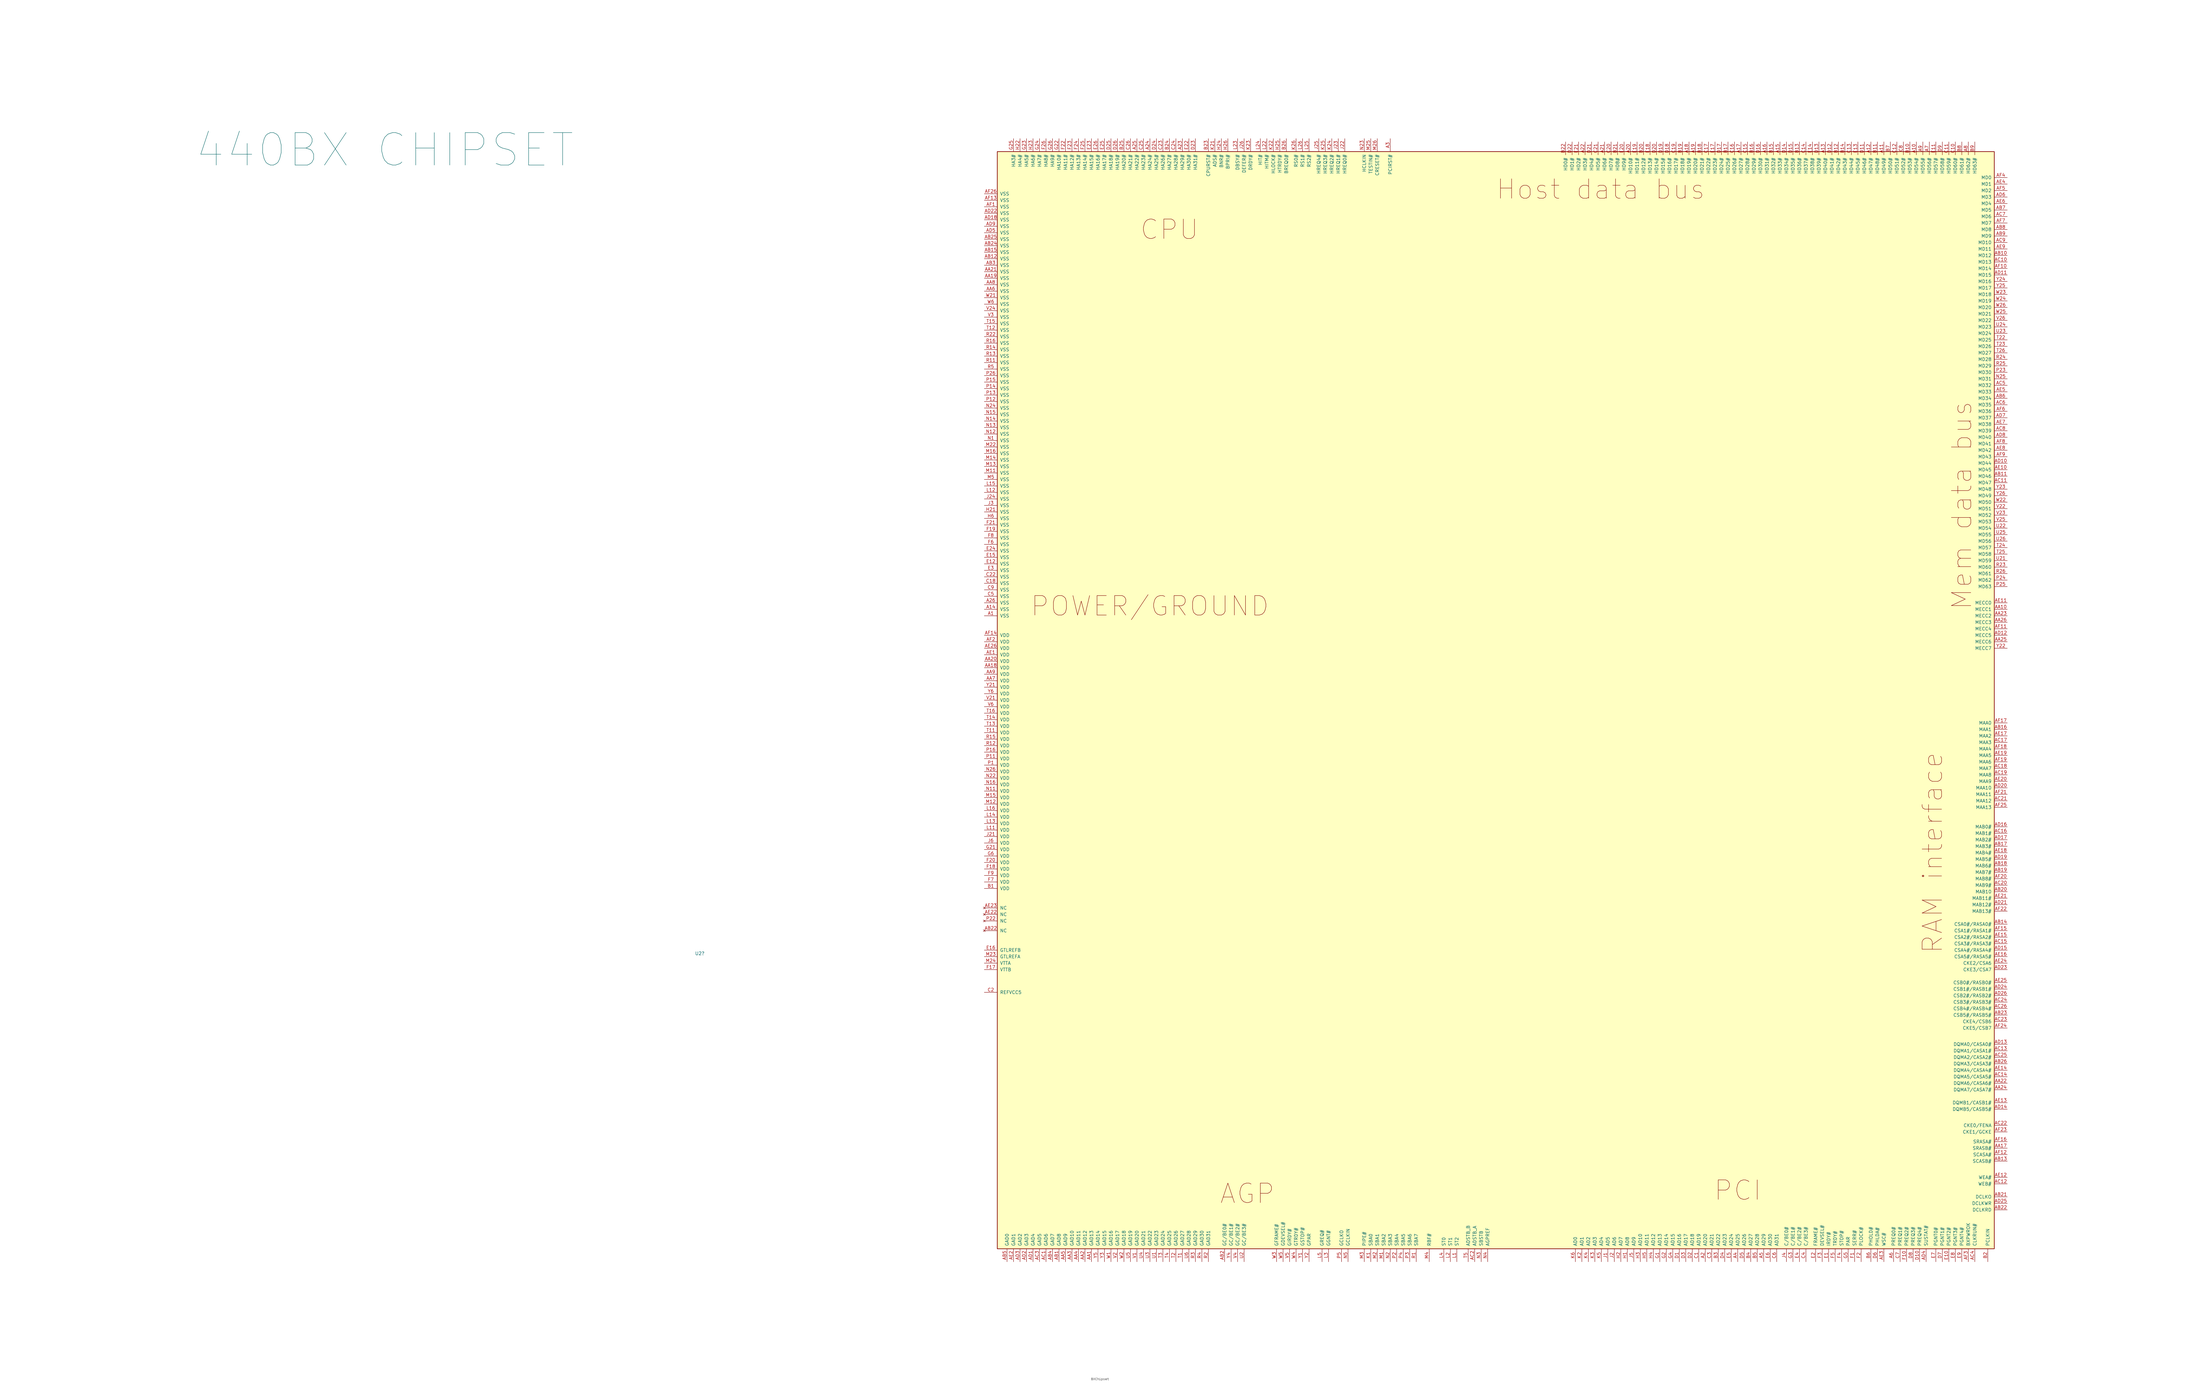
<source format=kicad_sym>
(kicad_symbol_lib
  (version 20240819)
  (generator "kicad_symbol_editor")
  (generator_version "8.99")
  (symbol "BXChipset"
    (pin_names
      (offset 1.016))
    (property "Reference" "U2"
      (at -319.532 -54.641 0)
      (effects (font (size 1.27 1.27))))
    (property "Value" "440BX CHIPSET"
      (at -442.722 259.683 0)
      (effects (font (size 12.7 12.7))))
    (symbol "BXChipset_0_1"
      (rectangle (start -203.2 259.08) (end 186.69 -170.18) (stroke (width 0.254) (type default)) (fill (type background))))
    (symbol "BXChipset_1_1"
      (text "POWER/GROUND" (at -143.51 81.28 0) (effects (font (size 7.62 7.62))))
      (text "CPU" (at -135.89 228.6 0) (effects (font (size 7.62 7.62))))
      (text "AGP" (at -105.41 -148.59 0) (effects (font (size 7.62 7.62))))
      (text "Host data bus" (at 32.766 244.348 0) (effects (font (size 7.62 7.62))))
      (text "PCI\n" (at 86.36 -147.32 0) (effects (font (size 7.62 7.62))))
      (text "RAM interface\n" (at 162.56 -15.24 900) (effects (font (size 7.62 7.62))))
      (text "Mem data bus" (at 173.99 120.65 900) (effects (font (size 7.62 7.62))))
      (pin power_out line (at -208.28 242.57 0) (length 5.08) (name "VSS" (effects (font (size 1.27 1.27)))) (number "AF26" (effects (font (size 1.27 1.27)))))
      (pin power_out line (at -208.28 240.03 0) (length 5.08) (name "VSS" (effects (font (size 1.27 1.27)))) (number "AF13" (effects (font (size 1.27 1.27)))))
      (pin power_out line (at -208.28 237.49 0) (length 5.08) (name "VSS" (effects (font (size 1.27 1.27)))) (number "AF1" (effects (font (size 1.27 1.27)))))
      (pin power_out line (at -208.28 234.95 0) (length 5.08) (name "VSS" (effects (font (size 1.27 1.27)))) (number "AD22" (effects (font (size 1.27 1.27)))))
      (pin power_out line (at -208.28 232.41 0) (length 5.08) (name "VSS" (effects (font (size 1.27 1.27)))) (number "AD18" (effects (font (size 1.27 1.27)))))
      (pin power_out line (at -208.28 229.87 0) (length 5.08) (name "VSS" (effects (font (size 1.27 1.27)))) (number "AD9" (effects (font (size 1.27 1.27)))))
      (pin power_out line (at -208.28 227.33 0) (length 5.08) (name "VSS" (effects (font (size 1.27 1.27)))) (number "AD5" (effects (font (size 1.27 1.27)))))
      (pin power_out line (at -208.28 224.79 0) (length 5.08) (name "VSS" (effects (font (size 1.27 1.27)))) (number "AB25" (effects (font (size 1.27 1.27)))))
      (pin power_out line (at -208.28 222.25 0) (length 5.08) (name "VSS" (effects (font (size 1.27 1.27)))) (number "AB24" (effects (font (size 1.27 1.27)))))
      (pin power_out line (at -208.28 219.71 0) (length 5.08) (name "VSS" (effects (font (size 1.27 1.27)))) (number "AB15" (effects (font (size 1.27 1.27)))))
      (pin power_out line (at -208.28 217.17 0) (length 5.08) (name "VSS" (effects (font (size 1.27 1.27)))) (number "AB12" (effects (font (size 1.27 1.27)))))
      (pin power_out line (at -208.28 214.63 0) (length 5.08) (name "VSS" (effects (font (size 1.27 1.27)))) (number "AB3" (effects (font (size 1.27 1.27)))))
      (pin power_out line (at -208.28 212.09 0) (length 5.08) (name "VSS" (effects (font (size 1.27 1.27)))) (number "AA21" (effects (font (size 1.27 1.27)))))
      (pin power_out line (at -208.28 209.55 0) (length 5.08) (name "VSS" (effects (font (size 1.27 1.27)))) (number "AA19" (effects (font (size 1.27 1.27)))))
      (pin power_out line (at -208.28 207.01 0) (length 5.08) (name "VSS" (effects (font (size 1.27 1.27)))) (number "AA8" (effects (font (size 1.27 1.27)))))
      (pin power_out line (at -208.28 204.47 0) (length 5.08) (name "VSS" (effects (font (size 1.27 1.27)))) (number "AA6" (effects (font (size 1.27 1.27)))))
      (pin power_out line (at -208.28 201.93 0) (length 5.08) (name "VSS" (effects (font (size 1.27 1.27)))) (number "W21" (effects (font (size 1.27 1.27)))))
      (pin power_out line (at -208.28 199.39 0) (length 5.08) (name "VSS" (effects (font (size 1.27 1.27)))) (number "W6" (effects (font (size 1.27 1.27)))))
      (pin power_out line (at -208.28 196.85 0) (length 5.08) (name "VSS" (effects (font (size 1.27 1.27)))) (number "V24" (effects (font (size 1.27 1.27)))))
      (pin power_out line (at -208.28 194.31 0) (length 5.08) (name "VSS" (effects (font (size 1.27 1.27)))) (number "V3" (effects (font (size 1.27 1.27)))))
      (pin power_out line (at -208.28 191.77 0) (length 5.08) (name "VSS" (effects (font (size 1.27 1.27)))) (number "T15" (effects (font (size 1.27 1.27)))))
      (pin power_out line (at -208.28 189.23 0) (length 5.08) (name "VSS" (effects (font (size 1.27 1.27)))) (number "T12" (effects (font (size 1.27 1.27)))))
      (pin power_out line (at -208.28 186.69 0) (length 5.08) (name "VSS" (effects (font (size 1.27 1.27)))) (number "R22" (effects (font (size 1.27 1.27)))))
      (pin power_out line (at -208.28 184.15 0) (length 5.08) (name "VSS" (effects (font (size 1.27 1.27)))) (number "R16" (effects (font (size 1.27 1.27)))))
      (pin power_out line (at -208.28 181.61 0) (length 5.08) (name "VSS" (effects (font (size 1.27 1.27)))) (number "R14" (effects (font (size 1.27 1.27)))))
      (pin power_out line (at -208.28 179.07 0) (length 5.08) (name "VSS" (effects (font (size 1.27 1.27)))) (number "R13" (effects (font (size 1.27 1.27)))))
      (pin power_out line (at -208.28 176.53 0) (length 5.08) (name "VSS" (effects (font (size 1.27 1.27)))) (number "R11" (effects (font (size 1.27 1.27)))))
      (pin power_out line (at -208.28 173.99 0) (length 5.08) (name "VSS" (effects (font (size 1.27 1.27)))) (number "R5" (effects (font (size 1.27 1.27)))))
      (pin power_out line (at -208.28 171.45 0) (length 5.08) (name "VSS" (effects (font (size 1.27 1.27)))) (number "P26" (effects (font (size 1.27 1.27)))))
      (pin power_out line (at -208.28 168.91 0) (length 5.08) (name "VSS" (effects (font (size 1.27 1.27)))) (number "P15" (effects (font (size 1.27 1.27)))))
      (pin power_out line (at -208.28 166.37 0) (length 5.08) (name "VSS" (effects (font (size 1.27 1.27)))) (number "P14" (effects (font (size 1.27 1.27)))))
      (pin power_out line (at -208.28 163.83 0) (length 5.08) (name "VSS" (effects (font (size 1.27 1.27)))) (number "P13" (effects (font (size 1.27 1.27)))))
      (pin power_out line (at -208.28 161.29 0) (length 5.08) (name "VSS" (effects (font (size 1.27 1.27)))) (number "P12" (effects (font (size 1.27 1.27)))))
      (pin power_out line (at -208.28 158.75 0) (length 5.08) (name "VSS" (effects (font (size 1.27 1.27)))) (number "N24" (effects (font (size 1.27 1.27)))))
      (pin power_out line (at -208.28 156.21 0) (length 5.08) (name "VSS" (effects (font (size 1.27 1.27)))) (number "N15" (effects (font (size 1.27 1.27)))))
      (pin power_out line (at -208.28 153.67 0) (length 5.08) (name "VSS" (effects (font (size 1.27 1.27)))) (number "N14" (effects (font (size 1.27 1.27)))))
      (pin power_out line (at -208.28 151.13 0) (length 5.08) (name "VSS" (effects (font (size 1.27 1.27)))) (number "N13" (effects (font (size 1.27 1.27)))))
      (pin power_out line (at -208.28 148.59 0) (length 5.08) (name "VSS" (effects (font (size 1.27 1.27)))) (number "N12" (effects (font (size 1.27 1.27)))))
      (pin power_out line (at -208.28 146.05 0) (length 5.08) (name "VSS" (effects (font (size 1.27 1.27)))) (number "N1" (effects (font (size 1.27 1.27)))))
      (pin power_out line (at -208.28 143.51 0) (length 5.08) (name "VSS" (effects (font (size 1.27 1.27)))) (number "M22" (effects (font (size 1.27 1.27)))))
      (pin power_out line (at -208.28 140.97 0) (length 5.08) (name "VSS" (effects (font (size 1.27 1.27)))) (number "M16" (effects (font (size 1.27 1.27)))))
      (pin power_out line (at -208.28 138.43 0) (length 5.08) (name "VSS" (effects (font (size 1.27 1.27)))) (number "M14" (effects (font (size 1.27 1.27)))))
      (pin power_out line (at -208.28 135.89 0) (length 5.08) (name "VSS" (effects (font (size 1.27 1.27)))) (number "M13" (effects (font (size 1.27 1.27)))))
      (pin power_out line (at -208.28 133.35 0) (length 5.08) (name "VSS" (effects (font (size 1.27 1.27)))) (number "M11" (effects (font (size 1.27 1.27)))))
      (pin power_out line (at -208.28 130.81 0) (length 5.08) (name "VSS" (effects (font (size 1.27 1.27)))) (number "M5" (effects (font (size 1.27 1.27)))))
      (pin power_out line (at -208.28 128.27 0) (length 5.08) (name "VSS" (effects (font (size 1.27 1.27)))) (number "L15" (effects (font (size 1.27 1.27)))))
      (pin power_out line (at -208.28 125.73 0) (length 5.08) (name "VSS" (effects (font (size 1.27 1.27)))) (number "L12" (effects (font (size 1.27 1.27)))))
      (pin power_out line (at -208.28 123.19 0) (length 5.08) (name "VSS" (effects (font (size 1.27 1.27)))) (number "J24" (effects (font (size 1.27 1.27)))))
      (pin power_out line (at -208.28 120.65 0) (length 5.08) (name "VSS" (effects (font (size 1.27 1.27)))) (number "J3" (effects (font (size 1.27 1.27)))))
      (pin power_out line (at -208.28 118.11 0) (length 5.08) (name "VSS" (effects (font (size 1.27 1.27)))) (number "H21" (effects (font (size 1.27 1.27)))))
      (pin power_out line (at -208.28 115.57 0) (length 5.08) (name "VSS" (effects (font (size 1.27 1.27)))) (number "H6" (effects (font (size 1.27 1.27)))))
      (pin power_out line (at -208.28 113.03 0) (length 5.08) (name "VSS" (effects (font (size 1.27 1.27)))) (number "F21" (effects (font (size 1.27 1.27)))))
      (pin power_out line (at -208.28 110.49 0) (length 5.08) (name "VSS" (effects (font (size 1.27 1.27)))) (number "F19" (effects (font (size 1.27 1.27)))))
      (pin power_out line (at -208.28 107.95 0) (length 5.08) (name "VSS" (effects (font (size 1.27 1.27)))) (number "F8" (effects (font (size 1.27 1.27)))))
      (pin power_out line (at -208.28 105.41 0) (length 5.08) (name "VSS" (effects (font (size 1.27 1.27)))) (number "F6" (effects (font (size 1.27 1.27)))))
      (pin power_out line (at -208.28 102.87 0) (length 5.08) (name "VSS" (effects (font (size 1.27 1.27)))) (number "E24" (effects (font (size 1.27 1.27)))))
      (pin power_out line (at -208.28 100.33 0) (length 5.08) (name "VSS" (effects (font (size 1.27 1.27)))) (number "E15" (effects (font (size 1.27 1.27)))))
      (pin power_out line (at -208.28 97.79 0) (length 5.08) (name "VSS" (effects (font (size 1.27 1.27)))) (number "E12" (effects (font (size 1.27 1.27)))))
      (pin power_out line (at -208.28 95.25 0) (length 5.08) (name "VSS" (effects (font (size 1.27 1.27)))) (number "E3" (effects (font (size 1.27 1.27)))))
      (pin power_out line (at -208.28 92.71 0) (length 5.08) (name "VSS" (effects (font (size 1.27 1.27)))) (number "C22" (effects (font (size 1.27 1.27)))))
      (pin power_out line (at -208.28 90.17 0) (length 5.08) (name "VSS" (effects (font (size 1.27 1.27)))) (number "C18" (effects (font (size 1.27 1.27)))))
      (pin power_out line (at -208.28 87.63 0) (length 5.08) (name "VSS" (effects (font (size 1.27 1.27)))) (number "C9" (effects (font (size 1.27 1.27)))))
      (pin power_out line (at -208.28 85.09 0) (length 5.08) (name "VSS" (effects (font (size 1.27 1.27)))) (number "C5" (effects (font (size 1.27 1.27)))))
      (pin power_out line (at -208.28 82.55 0) (length 5.08) (name "VSS" (effects (font (size 1.27 1.27)))) (number "A26" (effects (font (size 1.27 1.27)))))
      (pin power_out line (at -208.28 80.01 0) (length 5.08) (name "VSS" (effects (font (size 1.27 1.27)))) (number "A14" (effects (font (size 1.27 1.27)))))
      (pin power_out line (at -208.28 77.47 0) (length 5.08) (name "VSS" (effects (font (size 1.27 1.27)))) (number "A1" (effects (font (size 1.27 1.27)))))
      (pin power_in line (at -208.28 69.85 0) (length 5.08) (name "VDD" (effects (font (size 1.27 1.27)))) (number "AF14" (effects (font (size 1.27 1.27)))))
      (pin power_in line (at -208.28 67.31 0) (length 5.08) (name "VDD" (effects (font (size 1.27 1.27)))) (number "AF2" (effects (font (size 1.27 1.27)))))
      (pin power_in line (at -208.28 64.77 0) (length 5.08) (name "VDD" (effects (font (size 1.27 1.27)))) (number "AE26" (effects (font (size 1.27 1.27)))))
      (pin power_in line (at -208.28 62.23 0) (length 5.08) (name "VDD" (effects (font (size 1.27 1.27)))) (number "AE1" (effects (font (size 1.27 1.27)))))
      (pin power_in line (at -208.28 59.69 0) (length 5.08) (name "VDD" (effects (font (size 1.27 1.27)))) (number "AA20" (effects (font (size 1.27 1.27)))))
      (pin power_in line (at -208.28 57.15 0) (length 5.08) (name "VDD" (effects (font (size 1.27 1.27)))) (number "AA18" (effects (font (size 1.27 1.27)))))
      (pin power_in line (at -208.28 54.61 0) (length 5.08) (name "VDD" (effects (font (size 1.27 1.27)))) (number "AA9" (effects (font (size 1.27 1.27)))))
      (pin power_in line (at -208.28 52.07 0) (length 5.08) (name "VDD" (effects (font (size 1.27 1.27)))) (number "AA7" (effects (font (size 1.27 1.27)))))
      (pin power_in line (at -208.28 49.53 0) (length 5.08) (name "VDD" (effects (font (size 1.27 1.27)))) (number "Y21" (effects (font (size 1.27 1.27)))))
      (pin power_in line (at -208.28 46.99 0) (length 5.08) (name "VDD" (effects (font (size 1.27 1.27)))) (number "Y6" (effects (font (size 1.27 1.27)))))
      (pin power_in line (at -208.28 44.45 0) (length 5.08) (name "VDD" (effects (font (size 1.27 1.27)))) (number "V21" (effects (font (size 1.27 1.27)))))
      (pin power_in line (at -208.28 41.91 0) (length 5.08) (name "VDD" (effects (font (size 1.27 1.27)))) (number "V6" (effects (font (size 1.27 1.27)))))
      (pin power_in line (at -208.28 39.37 0) (length 5.08) (name "VDD" (effects (font (size 1.27 1.27)))) (number "T16" (effects (font (size 1.27 1.27)))))
      (pin power_in line (at -208.28 36.83 0) (length 5.08) (name "VDD" (effects (font (size 1.27 1.27)))) (number "T14" (effects (font (size 1.27 1.27)))))
      (pin power_in line (at -208.28 34.29 0) (length 5.08) (name "VDD" (effects (font (size 1.27 1.27)))) (number "T13" (effects (font (size 1.27 1.27)))))
      (pin power_in line (at -208.28 31.75 0) (length 5.08) (name "VDD" (effects (font (size 1.27 1.27)))) (number "T11" (effects (font (size 1.27 1.27)))))
      (pin power_in line (at -208.28 29.21 0) (length 5.08) (name "VDD" (effects (font (size 1.27 1.27)))) (number "R15" (effects (font (size 1.27 1.27)))))
      (pin power_in line (at -208.28 26.67 0) (length 5.08) (name "VDD" (effects (font (size 1.27 1.27)))) (number "R12" (effects (font (size 1.27 1.27)))))
      (pin power_in line (at -208.28 24.13 0) (length 5.08) (name "VDD" (effects (font (size 1.27 1.27)))) (number "P16" (effects (font (size 1.27 1.27)))))
      (pin power_in line (at -208.28 21.59 0) (length 5.08) (name "VDD" (effects (font (size 1.27 1.27)))) (number "P11" (effects (font (size 1.27 1.27)))))
      (pin power_in line (at -208.28 19.05 0) (length 5.08) (name "VDD" (effects (font (size 1.27 1.27)))) (number "P1" (effects (font (size 1.27 1.27)))))
      (pin power_in line (at -208.28 16.51 0) (length 5.08) (name "VDD" (effects (font (size 1.27 1.27)))) (number "N26" (effects (font (size 1.27 1.27)))))
      (pin power_in line (at -208.28 13.97 0) (length 5.08) (name "VDD" (effects (font (size 1.27 1.27)))) (number "N22" (effects (font (size 1.27 1.27)))))
      (pin power_in line (at -208.28 11.43 0) (length 5.08) (name "VDD" (effects (font (size 1.27 1.27)))) (number "N16" (effects (font (size 1.27 1.27)))))
      (pin power_in line (at -208.28 8.89 0) (length 5.08) (name "VDD" (effects (font (size 1.27 1.27)))) (number "N11" (effects (font (size 1.27 1.27)))))
      (pin power_in line (at -208.28 6.35 0) (length 5.08) (name "VDD" (effects (font (size 1.27 1.27)))) (number "M15" (effects (font (size 1.27 1.27)))))
      (pin power_in line (at -208.28 3.81 0) (length 5.08) (name "VDD" (effects (font (size 1.27 1.27)))) (number "M12" (effects (font (size 1.27 1.27)))))
      (pin power_in line (at -208.28 1.27 0) (length 5.08) (name "VDD" (effects (font (size 1.27 1.27)))) (number "L16" (effects (font (size 1.27 1.27)))))
      (pin power_in line (at -208.28 -1.27 0) (length 5.08) (name "VDD" (effects (font (size 1.27 1.27)))) (number "L14" (effects (font (size 1.27 1.27)))))
      (pin power_in line (at -208.28 -3.81 0) (length 5.08) (name "VDD" (effects (font (size 1.27 1.27)))) (number "L13" (effects (font (size 1.27 1.27)))))
      (pin power_in line (at -208.28 -6.35 0) (length 5.08) (name "VDD" (effects (font (size 1.27 1.27)))) (number "L11" (effects (font (size 1.27 1.27)))))
      (pin power_in line (at -208.28 -8.89 0) (length 5.08) (name "VDD" (effects (font (size 1.27 1.27)))) (number "J21" (effects (font (size 1.27 1.27)))))
      (pin power_in line (at -208.28 -11.43 0) (length 5.08) (name "VDD" (effects (font (size 1.27 1.27)))) (number "J6" (effects (font (size 1.27 1.27)))))
      (pin power_in line (at -208.28 -13.97 0) (length 5.08) (name "VDD" (effects (font (size 1.27 1.27)))) (number "G21" (effects (font (size 1.27 1.27)))))
      (pin power_in line (at -208.28 -16.51 0) (length 5.08) (name "VDD" (effects (font (size 1.27 1.27)))) (number "G6" (effects (font (size 1.27 1.27)))))
      (pin power_in line (at -208.28 -19.05 0) (length 5.08) (name "VDD" (effects (font (size 1.27 1.27)))) (number "F20" (effects (font (size 1.27 1.27)))))
      (pin power_in line (at -208.28 -21.59 0) (length 5.08) (name "VDD" (effects (font (size 1.27 1.27)))) (number "F18" (effects (font (size 1.27 1.27)))))
      (pin power_in line (at -208.28 -24.13 0) (length 5.08) (name "VDD" (effects (font (size 1.27 1.27)))) (number "F9" (effects (font (size 1.27 1.27)))))
      (pin power_in line (at -208.28 -26.67 0) (length 5.08) (name "VDD" (effects (font (size 1.27 1.27)))) (number "F7" (effects (font (size 1.27 1.27)))))
      (pin power_in line (at -208.28 -29.21 0) (length 5.08) (name "VDD" (effects (font (size 1.27 1.27)))) (number "B1" (effects (font (size 1.27 1.27)))))
      (pin no_connect line (at -208.28 -36.83 0) (length 5.08) (name "NC" (effects (font (size 1.27 1.27)))) (number "AE23" (effects (font (size 1.27 1.27)))))
      (pin no_connect line (at -208.28 -39.37 0) (length 5.08) (name "NC" (effects (font (size 1.27 1.27)))) (number "AE22" (effects (font (size 1.27 1.27)))))
      (pin no_connect line (at -208.28 -41.91 0) (length 5.08) (name "NC" (effects (font (size 1.27 1.27)))) (number "P22" (effects (font (size 1.27 1.27)))))
      (pin no_connect line (at -208.28 -45.72 0) (length 5.08) (name "NC" (effects (font (size 1.27 1.27)))) (number "AB22" (effects (font (size 1.27 1.27)))))
      (pin unspecified line (at -208.28 -53.34 0) (length 5.08) (name "GTLREFB" (effects (font (size 1.27 1.27)))) (number "E16" (effects (font (size 1.27 1.27)))))
      (pin unspecified line (at -208.28 -55.88 0) (length 5.08) (name "GTLREFA" (effects (font (size 1.27 1.27)))) (number "M23" (effects (font (size 1.27 1.27)))))
      (pin power_in line (at -208.28 -58.42 0) (length 5.08) (name "VTTA" (effects (font (size 1.27 1.27)))) (number "M24" (effects (font (size 1.27 1.27)))))
      (pin power_in line (at -208.28 -60.96 0) (length 5.08) (name "VTTB" (effects (font (size 1.27 1.27)))) (number "F17" (effects (font (size 1.27 1.27)))))
      (pin power_in line (at -208.28 -69.85 0) (length 5.08) (name "REFVCC5" (effects (font (size 1.27 1.27)))) (number "C2" (effects (font (size 1.27 1.27)))))
      (pin bidirectional line (at -199.39 -175.26 90) (length 5.08) (name "GAD0" (effects (font (size 1.27 1.27)))) (number "AB5" (effects (font (size 1.27 1.27)))))
      (pin bidirectional line (at -196.85 264.16 270) (length 5.08) (name "HA3#" (effects (font (size 1.27 1.27)))) (number "G25" (effects (font (size 1.27 1.27)))))
      (pin bidirectional line (at -196.85 -175.26 90) (length 5.08) (name "GAD1" (effects (font (size 1.27 1.27)))) (number "AE2" (effects (font (size 1.27 1.27)))))
      (pin bidirectional line (at -194.31 264.16 270) (length 5.08) (name "HA4#" (effects (font (size 1.27 1.27)))) (number "H22" (effects (font (size 1.27 1.27)))))
      (pin bidirectional line (at -194.31 -175.26 90) (length 5.08) (name "GAD2" (effects (font (size 1.27 1.27)))) (number "AD3" (effects (font (size 1.27 1.27)))))
      (pin bidirectional line (at -191.77 264.16 270) (length 5.08) (name "HA5#" (effects (font (size 1.27 1.27)))) (number "G23" (effects (font (size 1.27 1.27)))))
      (pin bidirectional line (at -191.77 -175.26 90) (length 5.08) (name "GAD3" (effects (font (size 1.27 1.27)))) (number "AD2" (effects (font (size 1.27 1.27)))))
      (pin bidirectional line (at -189.23 264.16 270) (length 5.08) (name "HA6#" (effects (font (size 1.27 1.27)))) (number "H23" (effects (font (size 1.27 1.27)))))
      (pin bidirectional line (at -189.23 -175.26 90) (length 5.08) (name "GAD4" (effects (font (size 1.27 1.27)))) (number "AD1" (effects (font (size 1.27 1.27)))))
      (pin bidirectional line (at -186.69 264.16 270) (length 5.08) (name "HA7#" (effects (font (size 1.27 1.27)))) (number "G24" (effects (font (size 1.27 1.27)))))
      (pin bidirectional line (at -186.69 -175.26 90) (length 5.08) (name "GAD5" (effects (font (size 1.27 1.27)))) (number "AC3" (effects (font (size 1.27 1.27)))))
      (pin bidirectional line (at -184.15 264.16 270) (length 5.08) (name "HA8#" (effects (font (size 1.27 1.27)))) (number "F26" (effects (font (size 1.27 1.27)))))
      (pin bidirectional line (at -184.15 -175.26 90) (length 5.08) (name "GAD6" (effects (font (size 1.27 1.27)))) (number "AC1" (effects (font (size 1.27 1.27)))))
      (pin bidirectional line (at -181.61 264.16 270) (length 5.08) (name "HA9#" (effects (font (size 1.27 1.27)))) (number "G26" (effects (font (size 1.27 1.27)))))
      (pin bidirectional line (at -181.61 -175.26 90) (length 5.08) (name "GAD7" (effects (font (size 1.27 1.27)))) (number "AB4" (effects (font (size 1.27 1.27)))))
      (pin bidirectional line (at -179.07 264.16 270) (length 5.08) (name "HA10#" (effects (font (size 1.27 1.27)))) (number "G22" (effects (font (size 1.27 1.27)))))
      (pin bidirectional line (at -179.07 -175.26 90) (length 5.08) (name "GAD8" (effects (font (size 1.27 1.27)))) (number "AB1" (effects (font (size 1.27 1.27)))))
      (pin bidirectional line (at -176.53 264.16 270) (length 5.08) (name "HA11#" (effects (font (size 1.27 1.27)))) (number "F22" (effects (font (size 1.27 1.27)))))
      (pin bidirectional line (at -176.53 -175.26 90) (length 5.08) (name "GAD9" (effects (font (size 1.27 1.27)))) (number "AA5" (effects (font (size 1.27 1.27)))))
      (pin bidirectional line (at -173.99 264.16 270) (length 5.08) (name "HA12#" (effects (font (size 1.27 1.27)))) (number "F23" (effects (font (size 1.27 1.27)))))
      (pin bidirectional line (at -173.99 -175.26 90) (length 5.08) (name "GAD10" (effects (font (size 1.27 1.27)))) (number "AA3" (effects (font (size 1.27 1.27)))))
      (pin bidirectional line (at -171.45 264.16 270) (length 5.08) (name "HA13#" (effects (font (size 1.27 1.27)))) (number "F24" (effects (font (size 1.27 1.27)))))
      (pin bidirectional line (at -171.45 -175.26 90) (length 5.08) (name "GAD11" (effects (font (size 1.27 1.27)))) (number "AA4" (effects (font (size 1.27 1.27)))))
      (pin bidirectional line (at -168.91 264.16 270) (length 5.08) (name "HA14#" (effects (font (size 1.27 1.27)))) (number "F25" (effects (font (size 1.27 1.27)))))
      (pin bidirectional line (at -168.91 -175.26 90) (length 5.08) (name "GAD12" (effects (font (size 1.27 1.27)))) (number "AA2" (effects (font (size 1.27 1.27)))))
      (pin bidirectional line (at -166.37 264.16 270) (length 5.08) (name "HA15#" (effects (font (size 1.27 1.27)))) (number "E23" (effects (font (size 1.27 1.27)))))
      (pin bidirectional line (at -166.37 -175.26 90) (length 5.08) (name "GAD13" (effects (font (size 1.27 1.27)))) (number "AA1" (effects (font (size 1.27 1.27)))))
      (pin bidirectional line (at -163.83 264.16 270) (length 5.08) (name "HA16#" (effects (font (size 1.27 1.27)))) (number "E26" (effects (font (size 1.27 1.27)))))
      (pin bidirectional line (at -163.83 -175.26 90) (length 5.08) (name "GAD14" (effects (font (size 1.27 1.27)))) (number "Y5" (effects (font (size 1.27 1.27)))))
      (pin bidirectional line (at -161.29 264.16 270) (length 5.08) (name "HA17#" (effects (font (size 1.27 1.27)))) (number "E25" (effects (font (size 1.27 1.27)))))
      (pin bidirectional line (at -161.29 -175.26 90) (length 5.08) (name "GAD15" (effects (font (size 1.27 1.27)))) (number "Y3" (effects (font (size 1.27 1.27)))))
      (pin bidirectional line (at -158.75 264.16 270) (length 5.08) (name "HA18#" (effects (font (size 1.27 1.27)))) (number "D25" (effects (font (size 1.27 1.27)))))
      (pin bidirectional line (at -158.75 -175.26 90) (length 5.08) (name "GAD16" (effects (font (size 1.27 1.27)))) (number "W1" (effects (font (size 1.27 1.27)))))
      (pin bidirectional line (at -156.21 264.16 270) (length 5.08) (name "HA19#" (effects (font (size 1.27 1.27)))) (number "D26" (effects (font (size 1.27 1.27)))))
      (pin bidirectional line (at -156.21 -175.26 90) (length 5.08) (name "GAD17" (effects (font (size 1.27 1.27)))) (number "V2" (effects (font (size 1.27 1.27)))))
      (pin bidirectional line (at -153.67 264.16 270) (length 5.08) (name "HA20#" (effects (font (size 1.27 1.27)))) (number "B25" (effects (font (size 1.27 1.27)))))
      (pin bidirectional line (at -153.67 -175.26 90) (length 5.08) (name "GAD18" (effects (font (size 1.27 1.27)))) (number "W2" (effects (font (size 1.27 1.27)))))
      (pin bidirectional line (at -151.13 264.16 270) (length 5.08) (name "HA21#" (effects (font (size 1.27 1.27)))) (number "C26" (effects (font (size 1.27 1.27)))))
      (pin bidirectional line (at -151.13 -175.26 90) (length 5.08) (name "GAD19" (effects (font (size 1.27 1.27)))) (number "U5" (effects (font (size 1.27 1.27)))))
      (pin bidirectional line (at -148.59 264.16 270) (length 5.08) (name "HA22#" (effects (font (size 1.27 1.27)))) (number "A25" (effects (font (size 1.27 1.27)))))
      (pin bidirectional line (at -148.59 -175.26 90) (length 5.08) (name "GAD20" (effects (font (size 1.27 1.27)))) (number "V1" (effects (font (size 1.27 1.27)))))
      (pin bidirectional line (at -146.05 264.16 270) (length 5.08) (name "HA23#" (effects (font (size 1.27 1.27)))) (number "C25" (effects (font (size 1.27 1.27)))))
      (pin bidirectional line (at -146.05 -175.26 90) (length 5.08) (name "GAD21" (effects (font (size 1.27 1.27)))) (number "U4" (effects (font (size 1.27 1.27)))))
      (pin bidirectional line (at -143.51 264.16 270) (length 5.08) (name "HA24#" (effects (font (size 1.27 1.27)))) (number "A24" (effects (font (size 1.27 1.27)))))
      (pin bidirectional line (at -143.51 -175.26 90) (length 5.08) (name "GAD22" (effects (font (size 1.27 1.27)))) (number "U3" (effects (font (size 1.27 1.27)))))
      (pin bidirectional line (at -140.97 264.16 270) (length 5.08) (name "HA25#" (effects (font (size 1.27 1.27)))) (number "D24" (effects (font (size 1.27 1.27)))))
      (pin bidirectional line (at -140.97 -175.26 90) (length 5.08) (name "GAD23" (effects (font (size 1.27 1.27)))) (number "U1" (effects (font (size 1.27 1.27)))))
      (pin bidirectional line (at -138.43 264.16 270) (length 5.08) (name "HA26#" (effects (font (size 1.27 1.27)))) (number "C23" (effects (font (size 1.27 1.27)))))
      (pin bidirectional line (at -138.43 -175.26 90) (length 5.08) (name "GAD24" (effects (font (size 1.27 1.27)))) (number "T3" (effects (font (size 1.27 1.27)))))
      (pin bidirectional line (at -135.89 264.16 270) (length 5.08) (name "HA27#" (effects (font (size 1.27 1.27)))) (number "B24" (effects (font (size 1.27 1.27)))))
      (pin bidirectional line (at -135.89 -175.26 90) (length 5.08) (name "GAD25" (effects (font (size 1.27 1.27)))) (number "T4" (effects (font (size 1.27 1.27)))))
      (pin bidirectional line (at -133.35 264.16 270) (length 5.08) (name "HA28#" (effects (font (size 1.27 1.27)))) (number "C24" (effects (font (size 1.27 1.27)))))
      (pin bidirectional line (at -133.35 -175.26 90) (length 5.08) (name "GAD26" (effects (font (size 1.27 1.27)))) (number "T2" (effects (font (size 1.27 1.27)))))
      (pin bidirectional line (at -130.81 264.16 270) (length 5.08) (name "HA29#" (effects (font (size 1.27 1.27)))) (number "A23" (effects (font (size 1.27 1.27)))))
      (pin bidirectional line (at -130.81 -175.26 90) (length 5.08) (name "GAD27" (effects (font (size 1.27 1.27)))) (number "T1" (effects (font (size 1.27 1.27)))))
      (pin bidirectional line (at -128.27 264.16 270) (length 5.08) (name "HA30#" (effects (font (size 1.27 1.27)))) (number "E22" (effects (font (size 1.27 1.27)))))
      (pin bidirectional line (at -128.27 -175.26 90) (length 5.08) (name "GAD28" (effects (font (size 1.27 1.27)))) (number "U6" (effects (font (size 1.27 1.27)))))
      (pin bidirectional line (at -125.73 264.16 270) (length 5.08) (name "HA31#" (effects (font (size 1.27 1.27)))) (number "D23" (effects (font (size 1.27 1.27)))))
      (pin bidirectional line (at -125.73 -175.26 90) (length 5.08) (name "GAD29" (effects (font (size 1.27 1.27)))) (number "R3" (effects (font (size 1.27 1.27)))))
      (pin bidirectional line (at -123.19 -175.26 90) (length 5.08) (name "GAD30" (effects (font (size 1.27 1.27)))) (number "R4" (effects (font (size 1.27 1.27)))))
      (pin output line (at -120.65 264.16 270) (length 5.08) (name "CPURST#" (effects (font (size 1.27 1.27)))) (number "B23" (effects (font (size 1.27 1.27)))))
      (pin bidirectional line (at -120.65 -175.26 90) (length 5.08) (name "GAD31" (effects (font (size 1.27 1.27)))) (number "R2" (effects (font (size 1.27 1.27)))))
      (pin bidirectional line (at -118.11 264.16 270) (length 5.08) (name "ADS#" (effects (font (size 1.27 1.27)))) (number "K21" (effects (font (size 1.27 1.27)))))
      (pin bidirectional line (at -115.57 264.16 270) (length 5.08) (name "BNR#" (effects (font (size 1.27 1.27)))) (number "H24" (effects (font (size 1.27 1.27)))))
      (pin bidirectional line (at -114.3 -175.26 90) (length 5.08) (name "GC/BE0#" (effects (font (size 1.27 1.27)))) (number "AB2" (effects (font (size 1.27 1.27)))))
      (pin output line (at -113.03 264.16 270) (length 5.08) (name "BPRI#" (effects (font (size 1.27 1.27)))) (number "H26" (effects (font (size 1.27 1.27)))))
      (pin bidirectional line (at -111.76 -175.26 90) (length 5.08) (name "GC/BE1#" (effects (font (size 1.27 1.27)))) (number "Y4" (effects (font (size 1.27 1.27)))))
      (pin bidirectional line (at -109.22 264.16 270) (length 5.08) (name "DBSY#" (effects (font (size 1.27 1.27)))) (number "L23" (effects (font (size 1.27 1.27)))))
      (pin bidirectional line (at -109.22 -175.26 90) (length 5.08) (name "GC/BE2#" (effects (font (size 1.27 1.27)))) (number "V4" (effects (font (size 1.27 1.27)))))
      (pin output line (at -106.68 264.16 270) (length 5.08) (name "DEFER#" (effects (font (size 1.27 1.27)))) (number "J26" (effects (font (size 1.27 1.27)))))
      (pin bidirectional line (at -106.68 -175.26 90) (length 5.08) (name "GC/BE3#" (effects (font (size 1.27 1.27)))) (number "U2" (effects (font (size 1.27 1.27)))))
      (pin bidirectional line (at -104.14 264.16 270) (length 5.08) (name "DRDY#" (effects (font (size 1.27 1.27)))) (number "K23" (effects (font (size 1.27 1.27)))))
      (pin bidirectional line (at -100.33 264.16 270) (length 5.08) (name "HIT#" (effects (font (size 1.27 1.27)))) (number "L24" (effects (font (size 1.27 1.27)))))
      (pin bidirectional line (at -97.79 264.16 270) (length 5.08) (name "HITM#" (effects (font (size 1.27 1.27)))) (number "L22" (effects (font (size 1.27 1.27)))))
      (pin input line (at -95.25 264.16 270) (length 5.08) (name "HLOCK#" (effects (font (size 1.27 1.27)))) (number "K22" (effects (font (size 1.27 1.27)))))
      (pin bidirectional line (at -93.98 -175.26 90) (length 5.08) (name "GFRAME#" (effects (font (size 1.27 1.27)))) (number "W3" (effects (font (size 1.27 1.27)))))
      (pin bidirectional line (at -92.71 264.16 270) (length 5.08) (name "HTRDY#" (effects (font (size 1.27 1.27)))) (number "H25" (effects (font (size 1.27 1.27)))))
      (pin bidirectional line (at -91.44 -175.26 90) (length 5.08) (name "GDEVSEL#" (effects (font (size 1.27 1.27)))) (number "W5" (effects (font (size 1.27 1.27)))))
      (pin output line (at -90.17 264.16 270) (length 5.08) (name "BREQ0#" (effects (font (size 1.27 1.27)))) (number "B26" (effects (font (size 1.27 1.27)))))
      (pin bidirectional line (at -88.9 -175.26 90) (length 5.08) (name "GIRDY#" (effects (font (size 1.27 1.27)))) (number "V5" (effects (font (size 1.27 1.27)))))
      (pin bidirectional line (at -86.36 264.16 270) (length 5.08) (name "RS0#" (effects (font (size 1.27 1.27)))) (number "K26" (effects (font (size 1.27 1.27)))))
      (pin bidirectional line (at -86.36 -175.26 90) (length 5.08) (name "GTRDY#" (effects (font (size 1.27 1.27)))) (number "W4" (effects (font (size 1.27 1.27)))))
      (pin bidirectional line (at -83.82 264.16 270) (length 5.08) (name "RS1#" (effects (font (size 1.27 1.27)))) (number "L26" (effects (font (size 1.27 1.27)))))
      (pin unspecified line (at -83.82 -175.26 90) (length 5.08) (name "GSTOP#" (effects (font (size 1.27 1.27)))) (number "Y1" (effects (font (size 1.27 1.27)))))
      (pin bidirectional line (at -81.28 264.16 270) (length 5.08) (name "RS2#" (effects (font (size 1.27 1.27)))) (number "L25" (effects (font (size 1.27 1.27)))))
      (pin bidirectional line (at -81.28 -175.26 90) (length 5.08) (name "GPAR" (effects (font (size 1.27 1.27)))) (number "Y2" (effects (font (size 1.27 1.27)))))
      (pin bidirectional line (at -77.47 264.16 270) (length 5.08) (name "HREQ4#" (effects (font (size 1.27 1.27)))) (number "J25" (effects (font (size 1.27 1.27)))))
      (pin input line (at -76.2 -175.26 90) (length 5.08) (name "GREQ#" (effects (font (size 1.27 1.27)))) (number "L5" (effects (font (size 1.27 1.27)))))
      (pin bidirectional line (at -74.93 264.16 270) (length 5.08) (name "HREQ3#" (effects (font (size 1.27 1.27)))) (number "K25" (effects (font (size 1.27 1.27)))))
      (pin bidirectional line (at -73.66 -175.26 90) (length 5.08) (name "GGNT#" (effects (font (size 1.27 1.27)))) (number "L3" (effects (font (size 1.27 1.27)))))
      (pin bidirectional line (at -72.39 264.16 270) (length 5.08) (name "HREQ2#" (effects (font (size 1.27 1.27)))) (number "K24" (effects (font (size 1.27 1.27)))))
      (pin bidirectional line (at -69.85 264.16 270) (length 5.08) (name "HREQ1#" (effects (font (size 1.27 1.27)))) (number "J23" (effects (font (size 1.27 1.27)))))
      (pin output line (at -68.58 -175.26 90) (length 5.08) (name "GCLKO" (effects (font (size 1.27 1.27)))) (number "P5" (effects (font (size 1.27 1.27)))))
      (pin bidirectional line (at -67.31 264.16 270) (length 5.08) (name "HREQ0#" (effects (font (size 1.27 1.27)))) (number "J22" (effects (font (size 1.27 1.27)))))
      (pin output line (at -66.04 -175.26 90) (length 5.08) (name "GCLKIN" (effects (font (size 1.27 1.27)))) (number "N5" (effects (font (size 1.27 1.27)))))
      (pin input line (at -59.69 264.16 270) (length 5.08) (name "HCLKIN" (effects (font (size 1.27 1.27)))) (number "N23" (effects (font (size 1.27 1.27)))))
      (pin input line (at -59.69 -175.26 90) (length 5.08) (name "PIPE#" (effects (font (size 1.27 1.27)))) (number "M3" (effects (font (size 1.27 1.27)))))
      (pin power_in line (at -57.15 264.16 270) (length 5.08) (name "TESTIN#" (effects (font (size 1.27 1.27)))) (number "M25" (effects (font (size 1.27 1.27)))))
      (pin input line (at -57.15 -175.26 90) (length 5.08) (name "SBA0" (effects (font (size 1.27 1.27)))) (number "K1" (effects (font (size 1.27 1.27)))))
      (pin output line (at -54.61 264.16 270) (length 5.08) (name "CRESET#" (effects (font (size 1.27 1.27)))) (number "M26" (effects (font (size 1.27 1.27)))))
      (pin input line (at -54.61 -175.26 90) (length 5.08) (name "SBA1" (effects (font (size 1.27 1.27)))) (number "M2" (effects (font (size 1.27 1.27)))))
      (pin input line (at -52.07 -175.26 90) (length 5.08) (name "SBA2" (effects (font (size 1.27 1.27)))) (number "M1" (effects (font (size 1.27 1.27)))))
      (pin input line (at -49.53 264.16 270) (length 5.08) (name "PCIRST#" (effects (font (size 1.27 1.27)))) (number "A3" (effects (font (size 1.27 1.27)))))
      (pin input line (at -49.53 -175.26 90) (length 5.08) (name "SBA3" (effects (font (size 1.27 1.27)))) (number "N2" (effects (font (size 1.27 1.27)))))
      (pin input line (at -46.99 -175.26 90) (length 5.08) (name "SBA4" (effects (font (size 1.27 1.27)))) (number "P2" (effects (font (size 1.27 1.27)))))
      (pin input line (at -44.45 -175.26 90) (length 5.08) (name "SBA5" (effects (font (size 1.27 1.27)))) (number "P4" (effects (font (size 1.27 1.27)))))
      (pin input line (at -41.91 -175.26 90) (length 5.08) (name "SBA6" (effects (font (size 1.27 1.27)))) (number "P3" (effects (font (size 1.27 1.27)))))
      (pin input line (at -39.37 -175.26 90) (length 5.08) (name "SBA7" (effects (font (size 1.27 1.27)))) (number "R1" (effects (font (size 1.27 1.27)))))
      (pin input line (at -34.29 -175.26 90) (length 5.08) (name "RBF#" (effects (font (size 1.27 1.27)))) (number "M4" (effects (font (size 1.27 1.27)))))
      (pin output line (at -28.575 -175.26 90) (length 5.08) (name "ST0" (effects (font (size 1.27 1.27)))) (number "L4" (effects (font (size 1.27 1.27)))))
      (pin output line (at -26.035 -175.26 90) (length 5.08) (name "ST1" (effects (font (size 1.27 1.27)))) (number "L2" (effects (font (size 1.27 1.27)))))
      (pin output line (at -23.495 -175.26 90) (length 5.08) (name "ST2" (effects (font (size 1.27 1.27)))) (number "L1" (effects (font (size 1.27 1.27)))))
      (pin bidirectional line (at -19.05 -175.26 90) (length 5.08) (name "ADSTB_B" (effects (font (size 1.27 1.27)))) (number "T5" (effects (font (size 1.27 1.27)))))
      (pin bidirectional line (at -16.51 -175.26 90) (length 5.08) (name "ADSTB_A" (effects (font (size 1.27 1.27)))) (number "AC2" (effects (font (size 1.27 1.27)))))
      (pin input line (at -13.97 -175.26 90) (length 5.08) (name "SBSTB" (effects (font (size 1.27 1.27)))) (number "N3" (effects (font (size 1.27 1.27)))))
      (pin power_in line (at -11.43 -175.26 90) (length 5.08) (name "AGPREF" (effects (font (size 1.27 1.27)))) (number "N4" (effects (font (size 1.27 1.27)))))
      (pin bidirectional line (at 19.05 262.89 270) (length 5.08) (name "HD0#" (effects (font (size 1.27 1.27)))) (number "B22" (effects (font (size 1.27 1.27)))))
      (pin bidirectional line (at 21.59 262.89 270) (length 5.08) (name "HD1#" (effects (font (size 1.27 1.27)))) (number "D22" (effects (font (size 1.27 1.27)))))
      (pin bidirectional line (at 22.86 -175.26 90) (length 5.08) (name "AD0" (effects (font (size 1.27 1.27)))) (number "K6" (effects (font (size 1.27 1.27)))))
      (pin bidirectional line (at 24.13 262.89 270) (length 5.08) (name "HD2#" (effects (font (size 1.27 1.27)))) (number "E21" (effects (font (size 1.27 1.27)))))
      (pin bidirectional line (at 25.4 -175.26 90) (length 5.08) (name "AD1" (effects (font (size 1.27 1.27)))) (number "K2" (effects (font (size 1.27 1.27)))))
      (pin bidirectional line (at 26.67 262.89 270) (length 5.08) (name "HD3#" (effects (font (size 1.27 1.27)))) (number "A22" (effects (font (size 1.27 1.27)))))
      (pin bidirectional line (at 27.94 -175.26 90) (length 5.08) (name "AD2" (effects (font (size 1.27 1.27)))) (number "K4" (effects (font (size 1.27 1.27)))))
      (pin bidirectional line (at 29.21 262.89 270) (length 5.08) (name "HD4#" (effects (font (size 1.27 1.27)))) (number "D21" (effects (font (size 1.27 1.27)))))
      (pin bidirectional line (at 30.48 -175.26 90) (length 5.08) (name "AD3" (effects (font (size 1.27 1.27)))) (number "K3" (effects (font (size 1.27 1.27)))))
      (pin bidirectional line (at 31.75 262.89 270) (length 5.08) (name "HD5#" (effects (font (size 1.27 1.27)))) (number "C21" (effects (font (size 1.27 1.27)))))
      (pin bidirectional line (at 33.02 -175.26 90) (length 5.08) (name "AD4" (effects (font (size 1.27 1.27)))) (number "K5" (effects (font (size 1.27 1.27)))))
      (pin bidirectional line (at 34.29 262.89 270) (length 5.08) (name "HD6#" (effects (font (size 1.27 1.27)))) (number "A21" (effects (font (size 1.27 1.27)))))
      (pin bidirectional line (at 35.56 -175.26 90) (length 5.08) (name "AD5" (effects (font (size 1.27 1.27)))) (number "J1" (effects (font (size 1.27 1.27)))))
      (pin bidirectional line (at 36.83 262.89 270) (length 5.08) (name "HD7#" (effects (font (size 1.27 1.27)))) (number "C20" (effects (font (size 1.27 1.27)))))
      (pin bidirectional line (at 38.1 -175.26 90) (length 5.08) (name "AD6" (effects (font (size 1.27 1.27)))) (number "J2" (effects (font (size 1.27 1.27)))))
      (pin bidirectional line (at 39.37 262.89 270) (length 5.08) (name "HD8#" (effects (font (size 1.27 1.27)))) (number "B21" (effects (font (size 1.27 1.27)))))
      (pin bidirectional line (at 40.64 -175.26 90) (length 5.08) (name "AD7" (effects (font (size 1.27 1.27)))) (number "H2" (effects (font (size 1.27 1.27)))))
      (pin bidirectional line (at 41.91 262.89 270) (length 5.08) (name "HD9#" (effects (font (size 1.27 1.27)))) (number "E20" (effects (font (size 1.27 1.27)))))
      (pin bidirectional line (at 43.18 -175.26 90) (length 5.08) (name "AD8" (effects (font (size 1.27 1.27)))) (number "H1" (effects (font (size 1.27 1.27)))))
      (pin bidirectional line (at 44.45 262.89 270) (length 5.08) (name "HD10#" (effects (font (size 1.27 1.27)))) (number "A20" (effects (font (size 1.27 1.27)))))
      (pin bidirectional line (at 45.72 -175.26 90) (length 5.08) (name "AD9" (effects (font (size 1.27 1.27)))) (number "J5" (effects (font (size 1.27 1.27)))))
      (pin bidirectional line (at 46.99 262.89 270) (length 5.08) (name "HD11#" (effects (font (size 1.27 1.27)))) (number "E19" (effects (font (size 1.27 1.27)))))
      (pin bidirectional line (at 48.26 -175.26 90) (length 5.08) (name "AD10" (effects (font (size 1.27 1.27)))) (number "H3" (effects (font (size 1.27 1.27)))))
      (pin bidirectional line (at 49.53 262.89 270) (length 5.08) (name "HD12#" (effects (font (size 1.27 1.27)))) (number "B20" (effects (font (size 1.27 1.27)))))
      (pin bidirectional line (at 50.8 -175.26 90) (length 5.08) (name "AD11" (effects (font (size 1.27 1.27)))) (number "H5" (effects (font (size 1.27 1.27)))))
      (pin bidirectional line (at 52.07 262.89 270) (length 5.08) (name "HD13#" (effects (font (size 1.27 1.27)))) (number "E18" (effects (font (size 1.27 1.27)))))
      (pin bidirectional line (at 53.34 -175.26 90) (length 5.08) (name "AD12" (effects (font (size 1.27 1.27)))) (number "H4" (effects (font (size 1.27 1.27)))))
      (pin bidirectional line (at 54.61 262.89 270) (length 5.08) (name "HD14#" (effects (font (size 1.27 1.27)))) (number "D20" (effects (font (size 1.27 1.27)))))
      (pin bidirectional line (at 55.88 -175.26 90) (length 5.08) (name "AD13" (effects (font (size 1.27 1.27)))) (number "G1" (effects (font (size 1.27 1.27)))))
      (pin bidirectional line (at 57.15 262.89 270) (length 5.08) (name "HD15#" (effects (font (size 1.27 1.27)))) (number "D19" (effects (font (size 1.27 1.27)))))
      (pin bidirectional line (at 58.42 -175.26 90) (length 5.08) (name "AD14" (effects (font (size 1.27 1.27)))) (number "G2" (effects (font (size 1.27 1.27)))))
      (pin bidirectional line (at 59.69 262.89 270) (length 5.08) (name "HD16#" (effects (font (size 1.27 1.27)))) (number "D18" (effects (font (size 1.27 1.27)))))
      (pin bidirectional line (at 60.96 -175.26 90) (length 5.08) (name "AD15" (effects (font (size 1.27 1.27)))) (number "G4" (effects (font (size 1.27 1.27)))))
      (pin bidirectional line (at 62.23 262.89 270) (length 5.08) (name "HD17#" (effects (font (size 1.27 1.27)))) (number "C19" (effects (font (size 1.27 1.27)))))
      (pin bidirectional line (at 63.5 -175.26 90) (length 5.08) (name "AD16" (effects (font (size 1.27 1.27)))) (number "D1" (effects (font (size 1.27 1.27)))))
      (pin bidirectional line (at 64.77 262.89 270) (length 5.08) (name "HD18#" (effects (font (size 1.27 1.27)))) (number "B19" (effects (font (size 1.27 1.27)))))
      (pin bidirectional line (at 66.04 -175.26 90) (length 5.08) (name "AD17" (effects (font (size 1.27 1.27)))) (number "D3" (effects (font (size 1.27 1.27)))))
      (pin bidirectional line (at 67.31 262.89 270) (length 5.08) (name "HD19#" (effects (font (size 1.27 1.27)))) (number "A18" (effects (font (size 1.27 1.27)))))
      (pin bidirectional line (at 68.58 -175.26 90) (length 5.08) (name "AD18" (effects (font (size 1.27 1.27)))) (number "D2" (effects (font (size 1.27 1.27)))))
      (pin bidirectional line (at 69.85 262.89 270) (length 5.08) (name "HD20#" (effects (font (size 1.27 1.27)))) (number "A19" (effects (font (size 1.27 1.27)))))
      (pin bidirectional line (at 71.12 -175.26 90) (length 5.08) (name "AD19" (effects (font (size 1.27 1.27)))) (number "C1" (effects (font (size 1.27 1.27)))))
      (pin bidirectional line (at 72.39 262.89 270) (length 5.08) (name "HD21#" (effects (font (size 1.27 1.27)))) (number "B18" (effects (font (size 1.27 1.27)))))
      (pin bidirectional line (at 73.66 -175.26 90) (length 5.08) (name "AD20" (effects (font (size 1.27 1.27)))) (number "A2" (effects (font (size 1.27 1.27)))))
      (pin bidirectional line (at 74.93 262.89 270) (length 5.08) (name "HD22#" (effects (font (size 1.27 1.27)))) (number "C17" (effects (font (size 1.27 1.27)))))
      (pin bidirectional line (at 76.2 -175.26 90) (length 5.08) (name "AD21" (effects (font (size 1.27 1.27)))) (number "C3" (effects (font (size 1.27 1.27)))))
      (pin bidirectional line (at 77.47 262.89 270) (length 5.08) (name "HD23#" (effects (font (size 1.27 1.27)))) (number "E17" (effects (font (size 1.27 1.27)))))
      (pin bidirectional line (at 78.74 -175.26 90) (length 5.08) (name "AD22" (effects (font (size 1.27 1.27)))) (number "B3" (effects (font (size 1.27 1.27)))))
      (pin bidirectional line (at 80.01 262.89 270) (length 5.08) (name "HD24#" (effects (font (size 1.27 1.27)))) (number "D17" (effects (font (size 1.27 1.27)))))
      (pin bidirectional line (at 81.28 -175.26 90) (length 5.08) (name "AD23" (effects (font (size 1.27 1.27)))) (number "D4" (effects (font (size 1.27 1.27)))))
      (pin bidirectional line (at 82.55 262.89 270) (length 5.08) (name "HD25#" (effects (font (size 1.27 1.27)))) (number "B17" (effects (font (size 1.27 1.27)))))
      (pin bidirectional line (at 83.82 -175.26 90) (length 5.08) (name "AD24" (effects (font (size 1.27 1.27)))) (number "E5" (effects (font (size 1.27 1.27)))))
      (pin bidirectional line (at 85.09 262.89 270) (length 5.08) (name "HD26#" (effects (font (size 1.27 1.27)))) (number "C16" (effects (font (size 1.27 1.27)))))
      (pin bidirectional line (at 86.36 -175.26 90) (length 5.08) (name "AD25" (effects (font (size 1.27 1.27)))) (number "A4" (effects (font (size 1.27 1.27)))))
      (pin bidirectional line (at 87.63 262.89 270) (length 5.08) (name "HD27#" (effects (font (size 1.27 1.27)))) (number "A17" (effects (font (size 1.27 1.27)))))
      (pin bidirectional line (at 88.9 -175.26 90) (length 5.08) (name "AD26" (effects (font (size 1.27 1.27)))) (number "D5" (effects (font (size 1.27 1.27)))))
      (pin bidirectional line (at 90.17 262.89 270) (length 5.08) (name "HD28#" (effects (font (size 1.27 1.27)))) (number "C15" (effects (font (size 1.27 1.27)))))
      (pin bidirectional line (at 91.44 -175.26 90) (length 5.08) (name "AD27" (effects (font (size 1.27 1.27)))) (number "B4" (effects (font (size 1.27 1.27)))))
      (pin bidirectional line (at 92.71 262.89 270) (length 5.08) (name "HD29#" (effects (font (size 1.27 1.27)))) (number "B16" (effects (font (size 1.27 1.27)))))
      (pin bidirectional line (at 93.98 -175.26 90) (length 5.08) (name "AD28" (effects (font (size 1.27 1.27)))) (number "B5" (effects (font (size 1.27 1.27)))))
      (pin bidirectional line (at 95.25 262.89 270) (length 5.08) (name "HD30#" (effects (font (size 1.27 1.27)))) (number "D16" (effects (font (size 1.27 1.27)))))
      (pin bidirectional line (at 96.52 -175.26 90) (length 5.08) (name "AD29" (effects (font (size 1.27 1.27)))) (number "A5" (effects (font (size 1.27 1.27)))))
      (pin bidirectional line (at 97.79 262.89 270) (length 5.08) (name "HD31#" (effects (font (size 1.27 1.27)))) (number "A16" (effects (font (size 1.27 1.27)))))
      (pin bidirectional line (at 99.06 -175.26 90) (length 5.08) (name "AD30" (effects (font (size 1.27 1.27)))) (number "E6" (effects (font (size 1.27 1.27)))))
      (pin bidirectional line (at 100.33 262.89 270) (length 5.08) (name "HD32#" (effects (font (size 1.27 1.27)))) (number "B15" (effects (font (size 1.27 1.27)))))
      (pin bidirectional line (at 101.6 -175.26 90) (length 5.08) (name "AD31" (effects (font (size 1.27 1.27)))) (number "C6" (effects (font (size 1.27 1.27)))))
      (pin bidirectional line (at 102.87 262.89 270) (length 5.08) (name "HD33#" (effects (font (size 1.27 1.27)))) (number "A15" (effects (font (size 1.27 1.27)))))
      (pin bidirectional line (at 105.41 262.89 270) (length 5.08) (name "HD34#" (effects (font (size 1.27 1.27)))) (number "D14" (effects (font (size 1.27 1.27)))))
      (pin bidirectional line (at 105.41 -175.26 90) (length 5.08) (name "C/BE0#" (effects (font (size 1.27 1.27)))) (number "J4" (effects (font (size 1.27 1.27)))))
      (pin bidirectional line (at 107.95 262.89 270) (length 5.08) (name "HD35#" (effects (font (size 1.27 1.27)))) (number "D15" (effects (font (size 1.27 1.27)))))
      (pin bidirectional line (at 107.95 -175.26 90) (length 5.08) (name "C/BE1#" (effects (font (size 1.27 1.27)))) (number "G3" (effects (font (size 1.27 1.27)))))
      (pin bidirectional line (at 110.49 262.89 270) (length 5.08) (name "HD36#" (effects (font (size 1.27 1.27)))) (number "B13" (effects (font (size 1.27 1.27)))))
      (pin bidirectional line (at 110.49 -175.26 90) (length 5.08) (name "C/BE2#" (effects (font (size 1.27 1.27)))) (number "E4" (effects (font (size 1.27 1.27)))))
      (pin bidirectional line (at 113.03 262.89 270) (length 5.08) (name "HD37#" (effects (font (size 1.27 1.27)))) (number "C14" (effects (font (size 1.27 1.27)))))
      (pin bidirectional line (at 113.03 -175.26 90) (length 5.08) (name "C/BE3#" (effects (font (size 1.27 1.27)))) (number "C4" (effects (font (size 1.27 1.27)))))
      (pin bidirectional line (at 115.57 262.89 270) (length 5.08) (name "HD38#" (effects (font (size 1.27 1.27)))) (number "E14" (effects (font (size 1.27 1.27)))))
      (pin bidirectional line (at 116.84 -175.26 90) (length 5.08) (name "FRAME#" (effects (font (size 1.27 1.27)))) (number "E2" (effects (font (size 1.27 1.27)))))
      (pin bidirectional line (at 118.11 262.89 270) (length 5.08) (name "HD39#" (effects (font (size 1.27 1.27)))) (number "D13" (effects (font (size 1.27 1.27)))))
      (pin bidirectional line (at 119.38 -175.26 90) (length 5.08) (name "DEVSEL#" (effects (font (size 1.27 1.27)))) (number "F3" (effects (font (size 1.27 1.27)))))
      (pin bidirectional line (at 120.65 262.89 270) (length 5.08) (name "HD40#" (effects (font (size 1.27 1.27)))) (number "A13" (effects (font (size 1.27 1.27)))))
      (pin output line (at 121.92 -175.26 90) (length 5.08) (name "IRDY#" (effects (font (size 1.27 1.27)))) (number "E1" (effects (font (size 1.27 1.27)))))
      (pin bidirectional line (at 123.19 262.89 270) (length 5.08) (name "HD41#" (effects (font (size 1.27 1.27)))) (number "D12" (effects (font (size 1.27 1.27)))))
      (pin bidirectional line (at 124.46 -175.26 90) (length 5.08) (name "TRDY#" (effects (font (size 1.27 1.27)))) (number "F5" (effects (font (size 1.27 1.27)))))
      (pin bidirectional line (at 125.73 262.89 270) (length 5.08) (name "HD42#" (effects (font (size 1.27 1.27)))) (number "B12" (effects (font (size 1.27 1.27)))))
      (pin bidirectional line (at 127 -175.26 90) (length 5.08) (name "STOP#" (effects (font (size 1.27 1.27)))) (number "F4" (effects (font (size 1.27 1.27)))))
      (pin bidirectional line (at 128.27 262.89 270) (length 5.08) (name "HD43#" (effects (font (size 1.27 1.27)))) (number "B14" (effects (font (size 1.27 1.27)))))
      (pin bidirectional line (at 129.54 -175.26 90) (length 5.08) (name "PAR" (effects (font (size 1.27 1.27)))) (number "G5" (effects (font (size 1.27 1.27)))))
      (pin bidirectional line (at 130.81 262.89 270) (length 5.08) (name "HD44#" (effects (font (size 1.27 1.27)))) (number "C13" (effects (font (size 1.27 1.27)))))
      (pin bidirectional line (at 132.08 -175.26 90) (length 5.08) (name "SERR#" (effects (font (size 1.27 1.27)))) (number "F1" (effects (font (size 1.27 1.27)))))
      (pin bidirectional line (at 133.35 262.89 270) (length 5.08) (name "HD45#" (effects (font (size 1.27 1.27)))) (number "E13" (effects (font (size 1.27 1.27)))))
      (pin bidirectional line (at 134.62 -175.26 90) (length 5.08) (name "PLOCK#" (effects (font (size 1.27 1.27)))) (number "F2" (effects (font (size 1.27 1.27)))))
      (pin bidirectional line (at 135.89 262.89 270) (length 5.08) (name "HD46#" (effects (font (size 1.27 1.27)))) (number "D11" (effects (font (size 1.27 1.27)))))
      (pin bidirectional line (at 138.43 262.89 270) (length 5.08) (name "HD47#" (effects (font (size 1.27 1.27)))) (number "A12" (effects (font (size 1.27 1.27)))))
      (pin input line (at 138.43 -175.26 90) (length 5.08) (name "PHOLD#" (effects (font (size 1.27 1.27)))) (number "B6" (effects (font (size 1.27 1.27)))))
      (pin bidirectional line (at 140.97 262.89 270) (length 5.08) (name "HD48#" (effects (font (size 1.27 1.27)))) (number "B11" (effects (font (size 1.27 1.27)))))
      (pin output line (at 140.97 -175.26 90) (length 5.08) (name "PHLDA#" (effects (font (size 1.27 1.27)))) (number "D6" (effects (font (size 1.27 1.27)))))
      (pin bidirectional line (at 143.51 262.89 270) (length 5.08) (name "HD49#" (effects (font (size 1.27 1.27)))) (number "A11" (effects (font (size 1.27 1.27)))))
      (pin unspecified line (at 143.51 -175.26 90) (length 5.08) (name "WSC#" (effects (font (size 1.27 1.27)))) (number "AE3" (effects (font (size 1.27 1.27)))))
      (pin bidirectional line (at 146.05 262.89 270) (length 5.08) (name "HD50#" (effects (font (size 1.27 1.27)))) (number "B7" (effects (font (size 1.27 1.27)))))
      (pin input line (at 147.32 -175.26 90) (length 5.08) (name "PREQ0#" (effects (font (size 1.27 1.27)))) (number "A6" (effects (font (size 1.27 1.27)))))
      (pin bidirectional line (at 148.59 262.89 270) (length 5.08) (name "HD51#" (effects (font (size 1.27 1.27)))) (number "C12" (effects (font (size 1.27 1.27)))))
      (pin input line (at 149.86 -175.26 90) (length 5.08) (name "PREQ1#" (effects (font (size 1.27 1.27)))) (number "C7" (effects (font (size 1.27 1.27)))))
      (pin bidirectional line (at 151.13 262.89 270) (length 5.08) (name "HD52#" (effects (font (size 1.27 1.27)))) (number "C8" (effects (font (size 1.27 1.27)))))
      (pin input line (at 152.4 -175.26 90) (length 5.08) (name "PREQ2#" (effects (font (size 1.27 1.27)))) (number "F10" (effects (font (size 1.27 1.27)))))
      (pin bidirectional line (at 153.67 262.89 270) (length 5.08) (name "HD53#" (effects (font (size 1.27 1.27)))) (number "B10" (effects (font (size 1.27 1.27)))))
      (pin input line (at 154.94 -175.26 90) (length 5.08) (name "PREQ3#" (effects (font (size 1.27 1.27)))) (number "D8" (effects (font (size 1.27 1.27)))))
      (pin bidirectional line (at 156.21 262.89 270) (length 5.08) (name "HD54#" (effects (font (size 1.27 1.27)))) (number "A10" (effects (font (size 1.27 1.27)))))
      (pin output line (at 157.48 -175.26 90) (length 5.08) (name "PREQ4#" (effects (font (size 1.27 1.27)))) (number "D10" (effects (font (size 1.27 1.27)))))
      (pin bidirectional line (at 158.75 262.89 270) (length 5.08) (name "HD55#" (effects (font (size 1.27 1.27)))) (number "A9" (effects (font (size 1.27 1.27)))))
      (pin input line (at 160.02 -175.26 90) (length 5.08) (name "SUSTAT#" (effects (font (size 1.27 1.27)))) (number "AD4" (effects (font (size 1.27 1.27)))))
      (pin bidirectional line (at 161.29 262.89 270) (length 5.08) (name "HD56#" (effects (font (size 1.27 1.27)))) (number "A7" (effects (font (size 1.27 1.27)))))
      (pin bidirectional line (at 163.83 262.89 270) (length 5.08) (name "HD57#" (effects (font (size 1.27 1.27)))) (number "E11" (effects (font (size 1.27 1.27)))))
      (pin output line (at 163.83 -175.26 90) (length 5.08) (name "PGNT0#" (effects (font (size 1.27 1.27)))) (number "E7" (effects (font (size 1.27 1.27)))))
      (pin bidirectional line (at 166.37 262.89 270) (length 5.08) (name "HD58#" (effects (font (size 1.27 1.27)))) (number "D9" (effects (font (size 1.27 1.27)))))
      (pin output line (at 166.37 -175.26 90) (length 5.08) (name "PGNT1#" (effects (font (size 1.27 1.27)))) (number "D7" (effects (font (size 1.27 1.27)))))
      (pin bidirectional line (at 168.91 262.89 270) (length 5.08) (name "HD59#" (effects (font (size 1.27 1.27)))) (number "C11" (effects (font (size 1.27 1.27)))))
      (pin output line (at 168.91 -175.26 90) (length 5.08) (name "PGNT2#" (effects (font (size 1.27 1.27)))) (number "E10" (effects (font (size 1.27 1.27)))))
      (pin bidirectional line (at 171.45 262.89 270) (length 5.08) (name "HD60#" (effects (font (size 1.27 1.27)))) (number "C10" (effects (font (size 1.27 1.27)))))
      (pin output line (at 171.45 -175.26 90) (length 5.08) (name "PGNT3#" (effects (font (size 1.27 1.27)))) (number "E8" (effects (font (size 1.27 1.27)))))
      (pin bidirectional line (at 173.99 262.89 270) (length 5.08) (name "HD61#" (effects (font (size 1.27 1.27)))) (number "B8" (effects (font (size 1.27 1.27)))))
      (pin output line (at 173.99 -175.26 90) (length 5.08) (name "PGNT4#" (effects (font (size 1.27 1.27)))) (number "E9" (effects (font (size 1.27 1.27)))))
      (pin bidirectional line (at 176.53 262.89 270) (length 5.08) (name "HD62#" (effects (font (size 1.27 1.27)))) (number "A8" (effects (font (size 1.27 1.27)))))
      (pin input line (at 176.53 -175.26 90) (length 5.08) (name "BXPWROK" (effects (font (size 1.27 1.27)))) (number "AF3" (effects (font (size 1.27 1.27)))))
      (pin bidirectional line (at 179.07 262.89 270) (length 5.08) (name "HD63#" (effects (font (size 1.27 1.27)))) (number "B9" (effects (font (size 1.27 1.27)))))
      (pin unspecified line (at 179.07 -175.26 90) (length 5.08) (name "CLKRUN#" (effects (font (size 1.27 1.27)))) (number "AC4" (effects (font (size 1.27 1.27)))))
      (pin input line (at 184.15 -175.26 90) (length 5.08) (name "PCLKIN" (effects (font (size 1.27 1.27)))) (number "B2" (effects (font (size 1.27 1.27)))))
      (pin bidirectional line (at 191.77 248.92 180) (length 5.08) (name "MD0" (effects (font (size 1.27 1.27)))) (number "AF4" (effects (font (size 1.27 1.27)))))
      (pin bidirectional line (at 191.77 246.38 180) (length 5.08) (name "MD1" (effects (font (size 1.27 1.27)))) (number "AE4" (effects (font (size 1.27 1.27)))))
      (pin bidirectional line (at 191.77 243.84 180) (length 5.08) (name "MD2" (effects (font (size 1.27 1.27)))) (number "AF5" (effects (font (size 1.27 1.27)))))
      (pin bidirectional line (at 191.77 241.3 180) (length 5.08) (name "MD3" (effects (font (size 1.27 1.27)))) (number "AD6" (effects (font (size 1.27 1.27)))))
      (pin bidirectional line (at 191.77 238.76 180) (length 5.08) (name "MD4" (effects (font (size 1.27 1.27)))) (number "AE6" (effects (font (size 1.27 1.27)))))
      (pin bidirectional line (at 191.77 236.22 180) (length 5.08) (name "MD5" (effects (font (size 1.27 1.27)))) (number "AB7" (effects (font (size 1.27 1.27)))))
      (pin bidirectional line (at 191.77 233.68 180) (length 5.08) (name "MD6" (effects (font (size 1.27 1.27)))) (number "AC7" (effects (font (size 1.27 1.27)))))
      (pin bidirectional line (at 191.77 231.14 180) (length 5.08) (name "MD7" (effects (font (size 1.27 1.27)))) (number "AF7" (effects (font (size 1.27 1.27)))))
      (pin bidirectional line (at 191.77 228.6 180) (length 5.08) (name "MD8" (effects (font (size 1.27 1.27)))) (number "AB8" (effects (font (size 1.27 1.27)))))
      (pin bidirectional line (at 191.77 226.06 180) (length 5.08) (name "MD9" (effects (font (size 1.27 1.27)))) (number "AB9" (effects (font (size 1.27 1.27)))))
      (pin bidirectional line (at 191.77 223.52 180) (length 5.08) (name "MD10" (effects (font (size 1.27 1.27)))) (number "AC9" (effects (font (size 1.27 1.27)))))
      (pin bidirectional line (at 191.77 220.98 180) (length 5.08) (name "MD11" (effects (font (size 1.27 1.27)))) (number "AE9" (effects (font (size 1.27 1.27)))))
      (pin bidirectional line (at 191.77 218.44 180) (length 5.08) (name "MD12" (effects (font (size 1.27 1.27)))) (number "AB10" (effects (font (size 1.27 1.27)))))
      (pin bidirectional line (at 191.77 215.9 180) (length 5.08) (name "MD13" (effects (font (size 1.27 1.27)))) (number "AC10" (effects (font (size 1.27 1.27)))))
      (pin bidirectional line (at 191.77 213.36 180) (length 5.08) (name "MD14" (effects (font (size 1.27 1.27)))) (number "AF10" (effects (font (size 1.27 1.27)))))
      (pin bidirectional line (at 191.77 210.82 180) (length 5.08) (name "MD15" (effects (font (size 1.27 1.27)))) (number "AD11" (effects (font (size 1.27 1.27)))))
      (pin bidirectional line (at 191.77 208.28 180) (length 5.08) (name "MD16" (effects (font (size 1.27 1.27)))) (number "Y24" (effects (font (size 1.27 1.27)))))
      (pin bidirectional line (at 191.77 205.74 180) (length 5.08) (name "MD17" (effects (font (size 1.27 1.27)))) (number "Y25" (effects (font (size 1.27 1.27)))))
      (pin bidirectional line (at 191.77 203.2 180) (length 5.08) (name "MD18" (effects (font (size 1.27 1.27)))) (number "W23" (effects (font (size 1.27 1.27)))))
      (pin bidirectional line (at 191.77 200.66 180) (length 5.08) (name "MD19" (effects (font (size 1.27 1.27)))) (number "W24" (effects (font (size 1.27 1.27)))))
      (pin bidirectional line (at 191.77 198.12 180) (length 5.08) (name "MD20" (effects (font (size 1.27 1.27)))) (number "W26" (effects (font (size 1.27 1.27)))))
      (pin bidirectional line (at 191.77 195.58 180) (length 5.08) (name "MD21" (effects (font (size 1.27 1.27)))) (number "W25" (effects (font (size 1.27 1.27)))))
      (pin bidirectional line (at 191.77 193.04 180) (length 5.08) (name "MD22" (effects (font (size 1.27 1.27)))) (number "V26" (effects (font (size 1.27 1.27)))))
      (pin bidirectional line (at 191.77 190.5 180) (length 5.08) (name "MD23" (effects (font (size 1.27 1.27)))) (number "U24" (effects (font (size 1.27 1.27)))))
      (pin bidirectional line (at 191.77 187.96 180) (length 5.08) (name "MD24" (effects (font (size 1.27 1.27)))) (number "U23" (effects (font (size 1.27 1.27)))))
      (pin bidirectional line (at 191.77 185.42 180) (length 5.08) (name "MD25" (effects (font (size 1.27 1.27)))) (number "T22" (effects (font (size 1.27 1.27)))))
      (pin bidirectional line (at 191.77 182.88 180) (length 5.08) (name "MD26" (effects (font (size 1.27 1.27)))) (number "T23" (effects (font (size 1.27 1.27)))))
      (pin bidirectional line (at 191.77 180.34 180) (length 5.08) (name "MD27" (effects (font (size 1.27 1.27)))) (number "T26" (effects (font (size 1.27 1.27)))))
      (pin bidirectional line (at 191.77 177.8 180) (length 5.08) (name "MD28" (effects (font (size 1.27 1.27)))) (number "R24" (effects (font (size 1.27 1.27)))))
      (pin bidirectional line (at 191.77 175.26 180) (length 5.08) (name "MD29" (effects (font (size 1.27 1.27)))) (number "R25" (effects (font (size 1.27 1.27)))))
      (pin bidirectional line (at 191.77 172.72 180) (length 5.08) (name "MD30" (effects (font (size 1.27 1.27)))) (number "P23" (effects (font (size 1.27 1.27)))))
      (pin bidirectional line (at 191.77 170.18 180) (length 5.08) (name "MD31" (effects (font (size 1.27 1.27)))) (number "N25" (effects (font (size 1.27 1.27)))))
      (pin bidirectional line (at 191.77 167.64 180) (length 5.08) (name "MD32" (effects (font (size 1.27 1.27)))) (number "AC5" (effects (font (size 1.27 1.27)))))
      (pin bidirectional line (at 191.77 165.1 180) (length 5.08) (name "MD33" (effects (font (size 1.27 1.27)))) (number "AE5" (effects (font (size 1.27 1.27)))))
      (pin bidirectional line (at 191.77 162.56 180) (length 5.08) (name "MD34" (effects (font (size 1.27 1.27)))) (number "AB6" (effects (font (size 1.27 1.27)))))
      (pin bidirectional line (at 191.77 160.02 180) (length 5.08) (name "MD35" (effects (font (size 1.27 1.27)))) (number "AC6" (effects (font (size 1.27 1.27)))))
      (pin bidirectional line (at 191.77 157.48 180) (length 5.08) (name "MD36" (effects (font (size 1.27 1.27)))) (number "AF6" (effects (font (size 1.27 1.27)))))
      (pin bidirectional line (at 191.77 154.94 180) (length 5.08) (name "MD37" (effects (font (size 1.27 1.27)))) (number "AD7" (effects (font (size 1.27 1.27)))))
      (pin bidirectional line (at 191.77 152.4 180) (length 5.08) (name "MD38" (effects (font (size 1.27 1.27)))) (number "AE7" (effects (font (size 1.27 1.27)))))
      (pin bidirectional line (at 191.77 149.86 180) (length 5.08) (name "MD39" (effects (font (size 1.27 1.27)))) (number "AC8" (effects (font (size 1.27 1.27)))))
      (pin bidirectional line (at 191.77 147.32 180) (length 5.08) (name "MD40" (effects (font (size 1.27 1.27)))) (number "AD8" (effects (font (size 1.27 1.27)))))
      (pin bidirectional line (at 191.77 144.78 180) (length 5.08) (name "MD41" (effects (font (size 1.27 1.27)))) (number "AF8" (effects (font (size 1.27 1.27)))))
      (pin bidirectional line (at 191.77 142.24 180) (length 5.08) (name "MD42" (effects (font (size 1.27 1.27)))) (number "AE8" (effects (font (size 1.27 1.27)))))
      (pin bidirectional line (at 191.77 139.7 180) (length 5.08) (name "MD43" (effects (font (size 1.27 1.27)))) (number "AF9" (effects (font (size 1.27 1.27)))))
      (pin bidirectional line (at 191.77 137.16 180) (length 5.08) (name "MD44" (effects (font (size 1.27 1.27)))) (number "AD10" (effects (font (size 1.27 1.27)))))
      (pin bidirectional line (at 191.77 134.62 180) (length 5.08) (name "MD45" (effects (font (size 1.27 1.27)))) (number "AE10" (effects (font (size 1.27 1.27)))))
      (pin bidirectional line (at 191.77 132.08 180) (length 5.08) (name "MD46" (effects (font (size 1.27 1.27)))) (number "AB11" (effects (font (size 1.27 1.27)))))
      (pin bidirectional line (at 191.77 129.54 180) (length 5.08) (name "MD47" (effects (font (size 1.27 1.27)))) (number "AC11" (effects (font (size 1.27 1.27)))))
      (pin bidirectional line (at 191.77 127 180) (length 5.08) (name "MD48" (effects (font (size 1.27 1.27)))) (number "Y23" (effects (font (size 1.27 1.27)))))
      (pin bidirectional line (at 191.77 124.46 180) (length 5.08) (name "MD49" (effects (font (size 1.27 1.27)))) (number "Y26" (effects (font (size 1.27 1.27)))))
      (pin bidirectional line (at 191.77 121.92 180) (length 5.08) (name "MD50" (effects (font (size 1.27 1.27)))) (number "W22" (effects (font (size 1.27 1.27)))))
      (pin bidirectional line (at 191.77 119.38 180) (length 5.08) (name "MD51" (effects (font (size 1.27 1.27)))) (number "V22" (effects (font (size 1.27 1.27)))))
      (pin bidirectional line (at 191.77 116.84 180) (length 5.08) (name "MD52" (effects (font (size 1.27 1.27)))) (number "V23" (effects (font (size 1.27 1.27)))))
      (pin bidirectional line (at 191.77 114.3 180) (length 5.08) (name "MD53" (effects (font (size 1.27 1.27)))) (number "V25" (effects (font (size 1.27 1.27)))))
      (pin bidirectional line (at 191.77 111.76 180) (length 5.08) (name "MD54" (effects (font (size 1.27 1.27)))) (number "U22" (effects (font (size 1.27 1.27)))))
      (pin bidirectional line (at 191.77 109.22 180) (length 5.08) (name "MD55" (effects (font (size 1.27 1.27)))) (number "U25" (effects (font (size 1.27 1.27)))))
      (pin bidirectional line (at 191.77 106.68 180) (length 5.08) (name "MD56" (effects (font (size 1.27 1.27)))) (number "U26" (effects (font (size 1.27 1.27)))))
      (pin bidirectional line (at 191.77 104.14 180) (length 5.08) (name "MD57" (effects (font (size 1.27 1.27)))) (number "T24" (effects (font (size 1.27 1.27)))))
      (pin bidirectional line (at 191.77 101.6 180) (length 5.08) (name "MD58" (effects (font (size 1.27 1.27)))) (number "T25" (effects (font (size 1.27 1.27)))))
      (pin bidirectional line (at 191.77 99.06 180) (length 5.08) (name "MD59" (effects (font (size 1.27 1.27)))) (number "U21" (effects (font (size 1.27 1.27)))))
      (pin bidirectional line (at 191.77 96.52 180) (length 5.08) (name "MD60" (effects (font (size 1.27 1.27)))) (number "R23" (effects (font (size 1.27 1.27)))))
      (pin bidirectional line (at 191.77 93.98 180) (length 5.08) (name "MD61" (effects (font (size 1.27 1.27)))) (number "R26" (effects (font (size 1.27 1.27)))))
      (pin bidirectional line (at 191.77 91.44 180) (length 5.08) (name "MD62" (effects (font (size 1.27 1.27)))) (number "P24" (effects (font (size 1.27 1.27)))))
      (pin bidirectional line (at 191.77 88.9 180) (length 5.08) (name "MD63" (effects (font (size 1.27 1.27)))) (number "P25" (effects (font (size 1.27 1.27)))))
      (pin bidirectional line (at 191.77 82.55 180) (length 5.08) (name "MECC0" (effects (font (size 1.27 1.27)))) (number "AE11" (effects (font (size 1.27 1.27)))))
      (pin bidirectional line (at 191.77 80.01 180) (length 5.08) (name "MECC1" (effects (font (size 1.27 1.27)))) (number "AA10" (effects (font (size 1.27 1.27)))))
      (pin bidirectional line (at 191.77 77.47 180) (length 5.08) (name "MECC2" (effects (font (size 1.27 1.27)))) (number "AA23" (effects (font (size 1.27 1.27)))))
      (pin bidirectional line (at 191.77 74.93 180) (length 5.08) (name "MECC3" (effects (font (size 1.27 1.27)))) (number "AA26" (effects (font (size 1.27 1.27)))))
      (pin bidirectional line (at 191.77 72.39 180) (length 5.08) (name "MECC4" (effects (font (size 1.27 1.27)))) (number "AF11" (effects (font (size 1.27 1.27)))))
      (pin bidirectional line (at 191.77 69.85 180) (length 5.08) (name "MECC5" (effects (font (size 1.27 1.27)))) (number "AD12" (effects (font (size 1.27 1.27)))))
      (pin bidirectional line (at 191.77 67.31 180) (length 5.08) (name "MECC6" (effects (font (size 1.27 1.27)))) (number "AA25" (effects (font (size 1.27 1.27)))))
      (pin bidirectional line (at 191.77 64.77 180) (length 5.08) (name "MECC7" (effects (font (size 1.27 1.27)))) (number "Y22" (effects (font (size 1.27 1.27)))))
      (pin output line (at 191.77 35.56 180) (length 5.08) (name "MAA0" (effects (font (size 1.27 1.27)))) (number "AF17" (effects (font (size 1.27 1.27)))))
      (pin output line (at 191.77 33.02 180) (length 5.08) (name "MAA1" (effects (font (size 1.27 1.27)))) (number "AB16" (effects (font (size 1.27 1.27)))))
      (pin output line (at 191.77 30.48 180) (length 5.08) (name "MAA2" (effects (font (size 1.27 1.27)))) (number "AE17" (effects (font (size 1.27 1.27)))))
      (pin output line (at 191.77 27.94 180) (length 5.08) (name "MAA3" (effects (font (size 1.27 1.27)))) (number "AC17" (effects (font (size 1.27 1.27)))))
      (pin output line (at 191.77 25.4 180) (length 5.08) (name "MAA4" (effects (font (size 1.27 1.27)))) (number "AF18" (effects (font (size 1.27 1.27)))))
      (pin output line (at 191.77 22.86 180) (length 5.08) (name "MAA5" (effects (font (size 1.27 1.27)))) (number "AE19" (effects (font (size 1.27 1.27)))))
      (pin output line (at 191.77 20.32 180) (length 5.08) (name "MAA6" (effects (font (size 1.27 1.27)))) (number "AF19" (effects (font (size 1.27 1.27)))))
      (pin output line (at 191.77 17.78 180) (length 5.08) (name "MAA7" (effects (font (size 1.27 1.27)))) (number "AC18" (effects (font (size 1.27 1.27)))))
      (pin output line (at 191.77 15.24 180) (length 5.08) (name "MAA8" (effects (font (size 1.27 1.27)))) (number "AC19" (effects (font (size 1.27 1.27)))))
      (pin output line (at 191.77 12.7 180) (length 5.08) (name "MAA9" (effects (font (size 1.27 1.27)))) (number "AE20" (effects (font (size 1.27 1.27)))))
      (pin output line (at 191.77 10.16 180) (length 5.08) (name "MAA10" (effects (font (size 1.27 1.27)))) (number "AD20" (effects (font (size 1.27 1.27)))))
      (pin output line (at 191.77 7.62 180) (length 5.08) (name "MAA11" (effects (font (size 1.27 1.27)))) (number "AF21" (effects (font (size 1.27 1.27)))))
      (pin output line (at 191.77 5.08 180) (length 5.08) (name "MAA12" (effects (font (size 1.27 1.27)))) (number "AC21" (effects (font (size 1.27 1.27)))))
      (pin output line (at 191.77 2.54 180) (length 5.08) (name "MAA13" (effects (font (size 1.27 1.27)))) (number "AF25" (effects (font (size 1.27 1.27)))))
      (pin output line (at 191.77 -5.08 180) (length 5.08) (name "MAB0#" (effects (font (size 1.27 1.27)))) (number "AD16" (effects (font (size 1.27 1.27)))))
      (pin output line (at 191.77 -7.62 180) (length 5.08) (name "MAB1#" (effects (font (size 1.27 1.27)))) (number "AC16" (effects (font (size 1.27 1.27)))))
      (pin output line (at 191.77 -10.16 180) (length 5.08) (name "MAB2#" (effects (font (size 1.27 1.27)))) (number "AD17" (effects (font (size 1.27 1.27)))))
      (pin output line (at 191.77 -12.7 180) (length 5.08) (name "MAB3#" (effects (font (size 1.27 1.27)))) (number "AB17" (effects (font (size 1.27 1.27)))))
      (pin output line (at 191.77 -15.24 180) (length 5.08) (name "MAB4#" (effects (font (size 1.27 1.27)))) (number "AE18" (effects (font (size 1.27 1.27)))))
      (pin output line (at 191.77 -17.78 180) (length 5.08) (name "MAB5#" (effects (font (size 1.27 1.27)))) (number "AD19" (effects (font (size 1.27 1.27)))))
      (pin output line (at 191.77 -20.32 180) (length 5.08) (name "MAB6#" (effects (font (size 1.27 1.27)))) (number "AB18" (effects (font (size 1.27 1.27)))))
      (pin output line (at 191.77 -22.86 180) (length 5.08) (name "MAB7#" (effects (font (size 1.27 1.27)))) (number "AB19" (effects (font (size 1.27 1.27)))))
      (pin output line (at 191.77 -25.4 180) (length 5.08) (name "MAB8#" (effects (font (size 1.27 1.27)))) (number "AF20" (effects (font (size 1.27 1.27)))))
      (pin output line (at 191.77 -27.94 180) (length 5.08) (name "MAB9#" (effects (font (size 1.27 1.27)))) (number "AC20" (effects (font (size 1.27 1.27)))))
      (pin output line (at 191.77 -30.48 180) (length 5.08) (name "MAB10" (effects (font (size 1.27 1.27)))) (number "AB20" (effects (font (size 1.27 1.27)))))
      (pin output line (at 191.77 -33.02 180) (length 5.08) (name "MAB11#" (effects (font (size 1.27 1.27)))) (number "AE21" (effects (font (size 1.27 1.27)))))
      (pin output line (at 191.77 -35.56 180) (length 5.08) (name "MAB12#" (effects (font (size 1.27 1.27)))) (number "AD21" (effects (font (size 1.27 1.27)))))
      (pin output line (at 191.77 -38.1 180) (length 5.08) (name "MAB13#" (effects (font (size 1.27 1.27)))) (number "AF22" (effects (font (size 1.27 1.27)))))
      (pin output line (at 191.77 -43.18 180) (length 5.08) (name "CSA0#/RASA0#" (effects (font (size 1.27 1.27)))) (number "AB14" (effects (font (size 1.27 1.27)))))
      (pin output line (at 191.77 -45.72 180) (length 5.08) (name "CSA1#/RASA1#" (effects (font (size 1.27 1.27)))) (number "AF15" (effects (font (size 1.27 1.27)))))
      (pin output line (at 191.77 -48.26 180) (length 5.08) (name "CSA2#/RASA2#" (effects (font (size 1.27 1.27)))) (number "AE15" (effects (font (size 1.27 1.27)))))
      (pin output line (at 191.77 -50.8 180) (length 5.08) (name "CSA3#/RASA3#" (effects (font (size 1.27 1.27)))) (number "AC15" (effects (font (size 1.27 1.27)))))
      (pin output line (at 191.77 -53.34 180) (length 5.08) (name "CSA4#/RASA4#" (effects (font (size 1.27 1.27)))) (number "AD15" (effects (font (size 1.27 1.27)))))
      (pin output line (at 191.77 -55.88 180) (length 5.08) (name "CSA5#/RASA5#" (effects (font (size 1.27 1.27)))) (number "AE16" (effects (font (size 1.27 1.27)))))
      (pin output line (at 191.77 -58.42 180) (length 5.08) (name "CKE2/CSA6" (effects (font (size 1.27 1.27)))) (number "AE24" (effects (font (size 1.27 1.27)))))
      (pin output line (at 191.77 -60.96 180) (length 5.08) (name "CKE3/CSA7" (effects (font (size 1.27 1.27)))) (number "AD23" (effects (font (size 1.27 1.27)))))
      (pin output line (at 191.77 -66.04 180) (length 5.08) (name "CSB0#/RASB0#" (effects (font (size 1.27 1.27)))) (number "AE25" (effects (font (size 1.27 1.27)))))
      (pin output line (at 191.77 -68.58 180) (length 5.08) (name "CSB1#/RASB1#" (effects (font (size 1.27 1.27)))) (number "AD24" (effects (font (size 1.27 1.27)))))
      (pin output line (at 191.77 -71.12 180) (length 5.08) (name "CSB2#/RASB2#" (effects (font (size 1.27 1.27)))) (number "AD26" (effects (font (size 1.27 1.27)))))
      (pin output line (at 191.77 -73.66 180) (length 5.08) (name "CSB3#/RASB3#" (effects (font (size 1.27 1.27)))) (number "AC24" (effects (font (size 1.27 1.27)))))
      (pin output line (at 191.77 -76.2 180) (length 5.08) (name "CSB4#/RASB4#" (effects (font (size 1.27 1.27)))) (number "AC26" (effects (font (size 1.27 1.27)))))
      (pin output line (at 191.77 -78.74 180) (length 5.08) (name "CSB5#/RASB5#" (effects (font (size 1.27 1.27)))) (number "AB23" (effects (font (size 1.27 1.27)))))
      (pin output line (at 191.77 -81.28 180) (length 5.08) (name "CKE4/CSB6" (effects (font (size 1.27 1.27)))) (number "AC23" (effects (font (size 1.27 1.27)))))
      (pin output line (at 191.77 -83.82 180) (length 5.08) (name "CKE5/CSB7" (effects (font (size 1.27 1.27)))) (number "AF24" (effects (font (size 1.27 1.27)))))
      (pin output line (at 191.77 -90.17 180) (length 5.08) (name "DQMA0/CASA0#" (effects (font (size 1.27 1.27)))) (number "AD13" (effects (font (size 1.27 1.27)))))
      (pin output line (at 191.77 -92.71 180) (length 5.08) (name "DQMA1/CASA1#" (effects (font (size 1.27 1.27)))) (number "AC13" (effects (font (size 1.27 1.27)))))
      (pin output line (at 191.77 -95.25 180) (length 5.08) (name "DQMA2/CASA2#" (effects (font (size 1.27 1.27)))) (number "AC25" (effects (font (size 1.27 1.27)))))
      (pin output line (at 191.77 -97.79 180) (length 5.08) (name "DQMA3/CASA3#" (effects (font (size 1.27 1.27)))) (number "AB26" (effects (font (size 1.27 1.27)))))
      (pin output line (at 191.77 -100.33 180) (length 5.08) (name "DQMA4/CASA4#" (effects (font (size 1.27 1.27)))) (number "AE14" (effects (font (size 1.27 1.27)))))
      (pin output line (at 191.77 -102.87 180) (length 5.08) (name "DQMA5/CASA5#" (effects (font (size 1.27 1.27)))) (number "AC14" (effects (font (size 1.27 1.27)))))
      (pin output line (at 191.77 -105.41 180) (length 5.08) (name "DQMA6/CASA6#" (effects (font (size 1.27 1.27)))) (number "AA22" (effects (font (size 1.27 1.27)))))
      (pin output line (at 191.77 -107.95 180) (length 5.08) (name "DQMA7/CASA7#" (effects (font (size 1.27 1.27)))) (number "AA24" (effects (font (size 1.27 1.27)))))
      (pin output line (at 191.77 -113.03 180) (length 5.08) (name "DQMB1/CASB1#" (effects (font (size 1.27 1.27)))) (number "AE13" (effects (font (size 1.27 1.27)))))
      (pin output line (at 191.77 -115.57 180) (length 5.08) (name "DQMB5/CASB5#" (effects (font (size 1.27 1.27)))) (number "AD14" (effects (font (size 1.27 1.27)))))
      (pin output line (at 191.77 -121.92 180) (length 5.08) (name "CKE0/FENA" (effects (font (size 1.27 1.27)))) (number "AC22" (effects (font (size 1.27 1.27)))))
      (pin output line (at 191.77 -124.46 180) (length 5.08) (name "CKE1/GCKE" (effects (font (size 1.27 1.27)))) (number "AF23" (effects (font (size 1.27 1.27)))))
      (pin output line (at 191.77 -128.27 180) (length 5.08) (name "SRASA#" (effects (font (size 1.27 1.27)))) (number "AF16" (effects (font (size 1.27 1.27)))))
      (pin output line (at 191.77 -130.81 180) (length 5.08) (name "SRASB#" (effects (font (size 1.27 1.27)))) (number "AA17" (effects (font (size 1.27 1.27)))))
      (pin output line (at 191.77 -133.35 180) (length 5.08) (name "SCASA#" (effects (font (size 1.27 1.27)))) (number "AF12" (effects (font (size 1.27 1.27)))))
      (pin output line (at 191.77 -135.89 180) (length 5.08) (name "SCASB#" (effects (font (size 1.27 1.27)))) (number "AB13" (effects (font (size 1.27 1.27)))))
      (pin output line (at 191.77 -142.24 180) (length 5.08) (name "WEA#" (effects (font (size 1.27 1.27)))) (number "AE12" (effects (font (size 1.27 1.27)))))
      (pin output line (at 191.77 -144.78 180) (length 5.08) (name "WEB#" (effects (font (size 1.27 1.27)))) (number "AC12" (effects (font (size 1.27 1.27)))))
      (pin output line (at 191.77 -149.86 180) (length 5.08) (name "DCLKO" (effects (font (size 1.27 1.27)))) (number "AB21" (effects (font (size 1.27 1.27)))))
      (pin unspecified line (at 191.77 -152.4 180) (length 5.08) (name "DCLKWR" (effects (font (size 1.27 1.27)))) (number "AD25" (effects (font (size 1.27 1.27)))))
      (pin unspecified line (at 191.77 -154.94 180) (length 5.08) (name "DCLKRD" (effects (font (size 1.27 1.27)))) (number "AB22" (effects (font (size 1.27 1.27))))))))
</source>
